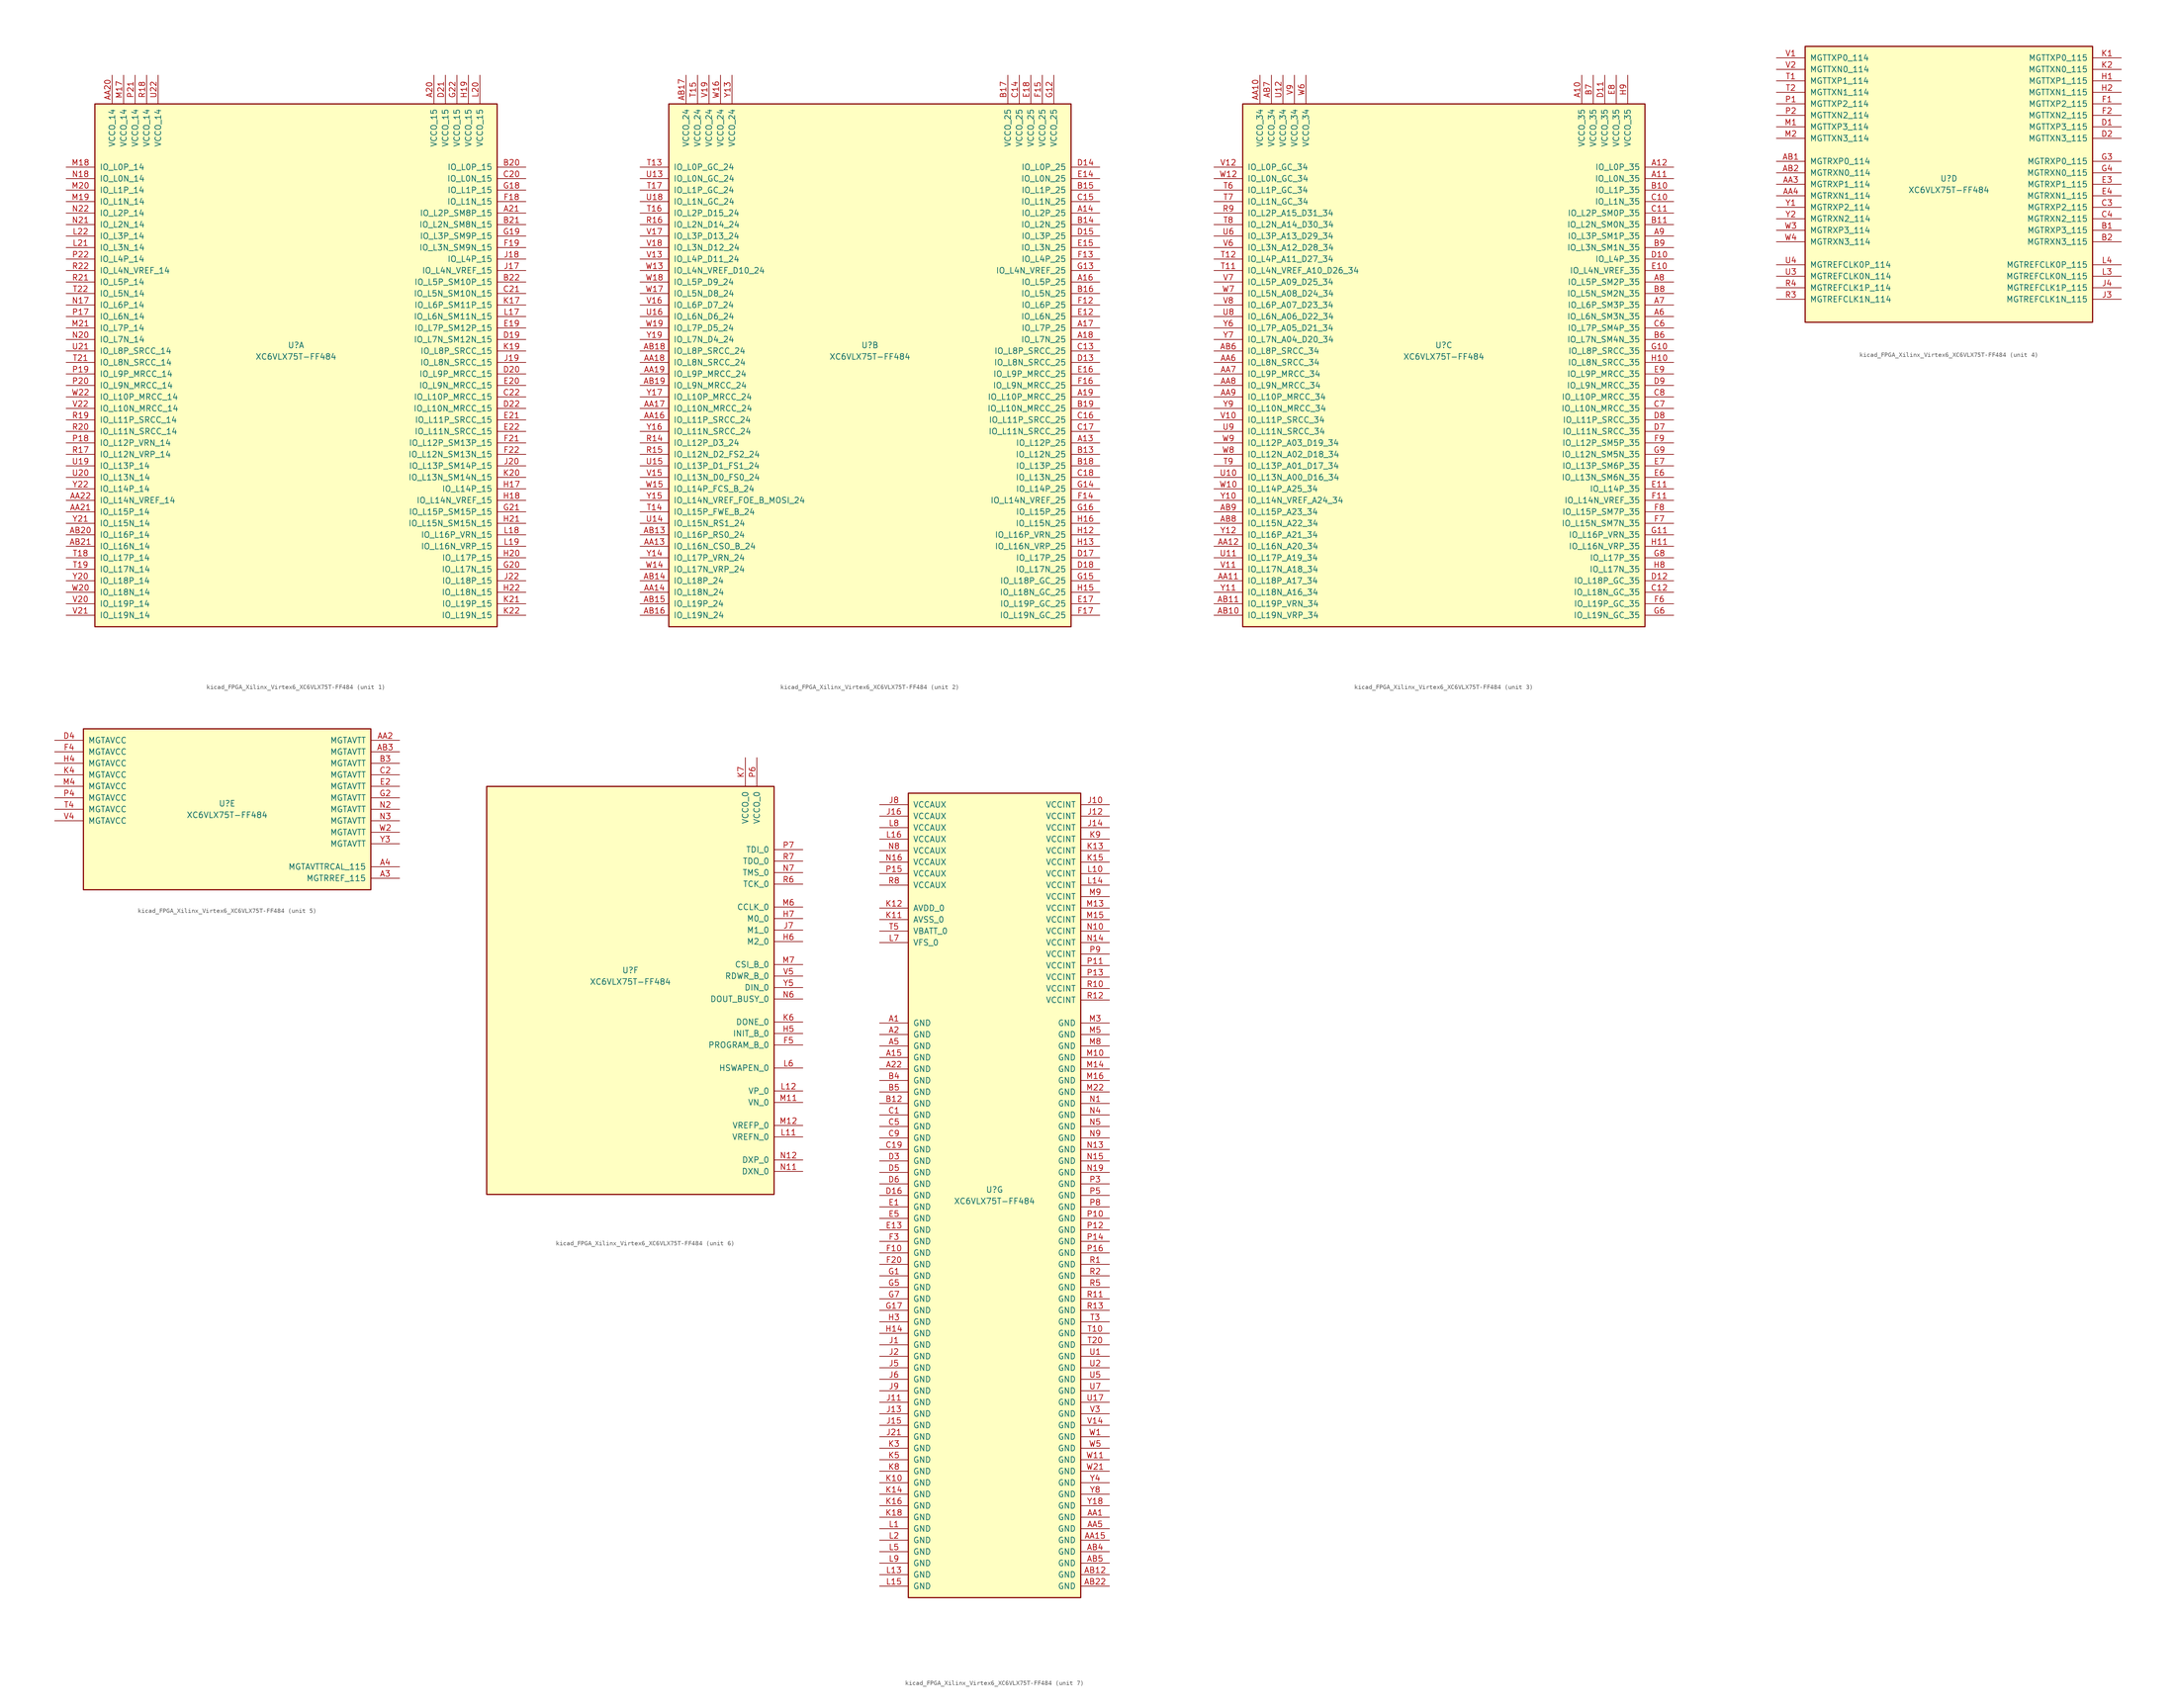
<source format=kicad_sym>
(kicad_symbol_lib
  (version 20220914)
  (generator kicad_symbol_editor)
  (symbol "kicad_FPGA_Xilinx_Virtex6_XC6VLX75T-FF484"
    (pin_names
      (offset 1.016))
    (property "Reference" "U"
      (at 0 1.27 0)
      (effects (font (size 1.27 1.27))))
    (property "Value" "XC6VLX75T-FF484"
      (at 0 -1.27 0)
      (effects (font (size 1.27 1.27))))
    (property "Datasheet" ""
      (at 0 0 0)
      (effects (font (size 1.27 1.27))))
    (property "ki_locked" ""
      (at 0 0 0)
      (effects (font (size 1.27 1.27))))
    (symbol "kicad_FPGA_Xilinx_Virtex6_XC6VLX75T-FF484_1_1"
      (rectangle (start -44.45 54.61) (end 44.45 -60.96) (stroke (width 0.254) (type default)) (fill (type background)))
      (pin power_in line (at 30.48 60.96 270) (length 6.35) (name "VCCO_15" (effects (font (size 1.27 1.27)))) (number "A20" (effects (font (size 1.27 1.27)))))
      (pin bidirectional line (at 50.8 30.48 180) (length 6.35) (name "IO_L2P_SM8P_15" (effects (font (size 1.27 1.27)))) (number "A21" (effects (font (size 1.27 1.27)))))
      (pin power_in line (at -40.64 60.96 270) (length 6.35) (name "VCCO_14" (effects (font (size 1.27 1.27)))) (number "AA20" (effects (font (size 1.27 1.27)))))
      (pin bidirectional line (at -50.8 -35.56 0) (length 6.35) (name "IO_L15P_14" (effects (font (size 1.27 1.27)))) (number "AA21" (effects (font (size 1.27 1.27)))))
      (pin bidirectional line (at -50.8 -33.02 0) (length 6.35) (name "IO_L14N_VREF_14" (effects (font (size 1.27 1.27)))) (number "AA22" (effects (font (size 1.27 1.27)))))
      (pin bidirectional line (at -50.8 -40.64 0) (length 6.35) (name "IO_L16P_14" (effects (font (size 1.27 1.27)))) (number "AB20" (effects (font (size 1.27 1.27)))))
      (pin bidirectional line (at -50.8 -43.18 0) (length 6.35) (name "IO_L16N_14" (effects (font (size 1.27 1.27)))) (number "AB21" (effects (font (size 1.27 1.27)))))
      (pin bidirectional line (at 50.8 40.64 180) (length 6.35) (name "IO_L0P_15" (effects (font (size 1.27 1.27)))) (number "B20" (effects (font (size 1.27 1.27)))))
      (pin bidirectional line (at 50.8 27.94 180) (length 6.35) (name "IO_L2N_SM8N_15" (effects (font (size 1.27 1.27)))) (number "B21" (effects (font (size 1.27 1.27)))))
      (pin bidirectional line (at 50.8 15.24 180) (length 6.35) (name "IO_L5P_SM10P_15" (effects (font (size 1.27 1.27)))) (number "B22" (effects (font (size 1.27 1.27)))))
      (pin bidirectional line (at 50.8 38.1 180) (length 6.35) (name "IO_L0N_15" (effects (font (size 1.27 1.27)))) (number "C20" (effects (font (size 1.27 1.27)))))
      (pin bidirectional line (at 50.8 12.7 180) (length 6.35) (name "IO_L5N_SM10N_15" (effects (font (size 1.27 1.27)))) (number "C21" (effects (font (size 1.27 1.27)))))
      (pin bidirectional line (at 50.8 -10.16 180) (length 6.35) (name "IO_L10P_MRCC_15" (effects (font (size 1.27 1.27)))) (number "C22" (effects (font (size 1.27 1.27)))))
      (pin bidirectional line (at 50.8 2.54 180) (length 6.35) (name "IO_L7N_SM12N_15" (effects (font (size 1.27 1.27)))) (number "D19" (effects (font (size 1.27 1.27)))))
      (pin bidirectional line (at 50.8 -5.08 180) (length 6.35) (name "IO_L9P_MRCC_15" (effects (font (size 1.27 1.27)))) (number "D20" (effects (font (size 1.27 1.27)))))
      (pin power_in line (at 33.02 60.96 270) (length 6.35) (name "VCCO_15" (effects (font (size 1.27 1.27)))) (number "D21" (effects (font (size 1.27 1.27)))))
      (pin bidirectional line (at 50.8 -12.7 180) (length 6.35) (name "IO_L10N_MRCC_15" (effects (font (size 1.27 1.27)))) (number "D22" (effects (font (size 1.27 1.27)))))
      (pin bidirectional line (at 50.8 5.08 180) (length 6.35) (name "IO_L7P_SM12P_15" (effects (font (size 1.27 1.27)))) (number "E19" (effects (font (size 1.27 1.27)))))
      (pin bidirectional line (at 50.8 -7.62 180) (length 6.35) (name "IO_L9N_MRCC_15" (effects (font (size 1.27 1.27)))) (number "E20" (effects (font (size 1.27 1.27)))))
      (pin bidirectional line (at 50.8 -15.24 180) (length 6.35) (name "IO_L11P_SRCC_15" (effects (font (size 1.27 1.27)))) (number "E21" (effects (font (size 1.27 1.27)))))
      (pin bidirectional line (at 50.8 -17.78 180) (length 6.35) (name "IO_L11N_SRCC_15" (effects (font (size 1.27 1.27)))) (number "E22" (effects (font (size 1.27 1.27)))))
      (pin bidirectional line (at 50.8 33.02 180) (length 6.35) (name "IO_L1N_15" (effects (font (size 1.27 1.27)))) (number "F18" (effects (font (size 1.27 1.27)))))
      (pin bidirectional line (at 50.8 22.86 180) (length 6.35) (name "IO_L3N_SM9N_15" (effects (font (size 1.27 1.27)))) (number "F19" (effects (font (size 1.27 1.27)))))
      (pin bidirectional line (at 50.8 -20.32 180) (length 6.35) (name "IO_L12P_SM13P_15" (effects (font (size 1.27 1.27)))) (number "F21" (effects (font (size 1.27 1.27)))))
      (pin bidirectional line (at 50.8 -22.86 180) (length 6.35) (name "IO_L12N_SM13N_15" (effects (font (size 1.27 1.27)))) (number "F22" (effects (font (size 1.27 1.27)))))
      (pin bidirectional line (at 50.8 35.56 180) (length 6.35) (name "IO_L1P_15" (effects (font (size 1.27 1.27)))) (number "G18" (effects (font (size 1.27 1.27)))))
      (pin bidirectional line (at 50.8 25.4 180) (length 6.35) (name "IO_L3P_SM9P_15" (effects (font (size 1.27 1.27)))) (number "G19" (effects (font (size 1.27 1.27)))))
      (pin bidirectional line (at 50.8 -48.26 180) (length 6.35) (name "IO_L17N_15" (effects (font (size 1.27 1.27)))) (number "G20" (effects (font (size 1.27 1.27)))))
      (pin bidirectional line (at 50.8 -35.56 180) (length 6.35) (name "IO_L15P_SM15P_15" (effects (font (size 1.27 1.27)))) (number "G21" (effects (font (size 1.27 1.27)))))
      (pin power_in line (at 35.56 60.96 270) (length 6.35) (name "VCCO_15" (effects (font (size 1.27 1.27)))) (number "G22" (effects (font (size 1.27 1.27)))))
      (pin bidirectional line (at 50.8 -30.48 180) (length 6.35) (name "IO_L14P_15" (effects (font (size 1.27 1.27)))) (number "H17" (effects (font (size 1.27 1.27)))))
      (pin bidirectional line (at 50.8 -33.02 180) (length 6.35) (name "IO_L14N_VREF_15" (effects (font (size 1.27 1.27)))) (number "H18" (effects (font (size 1.27 1.27)))))
      (pin power_in line (at 38.1 60.96 270) (length 6.35) (name "VCCO_15" (effects (font (size 1.27 1.27)))) (number "H19" (effects (font (size 1.27 1.27)))))
      (pin bidirectional line (at 50.8 -45.72 180) (length 6.35) (name "IO_L17P_15" (effects (font (size 1.27 1.27)))) (number "H20" (effects (font (size 1.27 1.27)))))
      (pin bidirectional line (at 50.8 -38.1 180) (length 6.35) (name "IO_L15N_SM15N_15" (effects (font (size 1.27 1.27)))) (number "H21" (effects (font (size 1.27 1.27)))))
      (pin bidirectional line (at 50.8 -53.34 180) (length 6.35) (name "IO_L18N_15" (effects (font (size 1.27 1.27)))) (number "H22" (effects (font (size 1.27 1.27)))))
      (pin bidirectional line (at 50.8 17.78 180) (length 6.35) (name "IO_L4N_VREF_15" (effects (font (size 1.27 1.27)))) (number "J17" (effects (font (size 1.27 1.27)))))
      (pin bidirectional line (at 50.8 20.32 180) (length 6.35) (name "IO_L4P_15" (effects (font (size 1.27 1.27)))) (number "J18" (effects (font (size 1.27 1.27)))))
      (pin bidirectional line (at 50.8 -2.54 180) (length 6.35) (name "IO_L8N_SRCC_15" (effects (font (size 1.27 1.27)))) (number "J19" (effects (font (size 1.27 1.27)))))
      (pin bidirectional line (at 50.8 -25.4 180) (length 6.35) (name "IO_L13P_SM14P_15" (effects (font (size 1.27 1.27)))) (number "J20" (effects (font (size 1.27 1.27)))))
      (pin bidirectional line (at 50.8 -50.8 180) (length 6.35) (name "IO_L18P_15" (effects (font (size 1.27 1.27)))) (number "J22" (effects (font (size 1.27 1.27)))))
      (pin bidirectional line (at 50.8 10.16 180) (length 6.35) (name "IO_L6P_SM11P_15" (effects (font (size 1.27 1.27)))) (number "K17" (effects (font (size 1.27 1.27)))))
      (pin bidirectional line (at 50.8 0 180) (length 6.35) (name "IO_L8P_SRCC_15" (effects (font (size 1.27 1.27)))) (number "K19" (effects (font (size 1.27 1.27)))))
      (pin bidirectional line (at 50.8 -27.94 180) (length 6.35) (name "IO_L13N_SM14N_15" (effects (font (size 1.27 1.27)))) (number "K20" (effects (font (size 1.27 1.27)))))
      (pin bidirectional line (at 50.8 -55.88 180) (length 6.35) (name "IO_L19P_15" (effects (font (size 1.27 1.27)))) (number "K21" (effects (font (size 1.27 1.27)))))
      (pin bidirectional line (at 50.8 -58.42 180) (length 6.35) (name "IO_L19N_15" (effects (font (size 1.27 1.27)))) (number "K22" (effects (font (size 1.27 1.27)))))
      (pin bidirectional line (at 50.8 7.62 180) (length 6.35) (name "IO_L6N_SM11N_15" (effects (font (size 1.27 1.27)))) (number "L17" (effects (font (size 1.27 1.27)))))
      (pin bidirectional line (at 50.8 -40.64 180) (length 6.35) (name "IO_L16P_VRN_15" (effects (font (size 1.27 1.27)))) (number "L18" (effects (font (size 1.27 1.27)))))
      (pin bidirectional line (at 50.8 -43.18 180) (length 6.35) (name "IO_L16N_VRP_15" (effects (font (size 1.27 1.27)))) (number "L19" (effects (font (size 1.27 1.27)))))
      (pin power_in line (at 40.64 60.96 270) (length 6.35) (name "VCCO_15" (effects (font (size 1.27 1.27)))) (number "L20" (effects (font (size 1.27 1.27)))))
      (pin bidirectional line (at -50.8 22.86 0) (length 6.35) (name "IO_L3N_14" (effects (font (size 1.27 1.27)))) (number "L21" (effects (font (size 1.27 1.27)))))
      (pin bidirectional line (at -50.8 25.4 0) (length 6.35) (name "IO_L3P_14" (effects (font (size 1.27 1.27)))) (number "L22" (effects (font (size 1.27 1.27)))))
      (pin power_in line (at -38.1 60.96 270) (length 6.35) (name "VCCO_14" (effects (font (size 1.27 1.27)))) (number "M17" (effects (font (size 1.27 1.27)))))
      (pin bidirectional line (at -50.8 40.64 0) (length 6.35) (name "IO_L0P_14" (effects (font (size 1.27 1.27)))) (number "M18" (effects (font (size 1.27 1.27)))))
      (pin bidirectional line (at -50.8 33.02 0) (length 6.35) (name "IO_L1N_14" (effects (font (size 1.27 1.27)))) (number "M19" (effects (font (size 1.27 1.27)))))
      (pin bidirectional line (at -50.8 35.56 0) (length 6.35) (name "IO_L1P_14" (effects (font (size 1.27 1.27)))) (number "M20" (effects (font (size 1.27 1.27)))))
      (pin bidirectional line (at -50.8 5.08 0) (length 6.35) (name "IO_L7P_14" (effects (font (size 1.27 1.27)))) (number "M21" (effects (font (size 1.27 1.27)))))
      (pin bidirectional line (at -50.8 10.16 0) (length 6.35) (name "IO_L6P_14" (effects (font (size 1.27 1.27)))) (number "N17" (effects (font (size 1.27 1.27)))))
      (pin bidirectional line (at -50.8 38.1 0) (length 6.35) (name "IO_L0N_14" (effects (font (size 1.27 1.27)))) (number "N18" (effects (font (size 1.27 1.27)))))
      (pin bidirectional line (at -50.8 2.54 0) (length 6.35) (name "IO_L7N_14" (effects (font (size 1.27 1.27)))) (number "N20" (effects (font (size 1.27 1.27)))))
      (pin bidirectional line (at -50.8 27.94 0) (length 6.35) (name "IO_L2N_14" (effects (font (size 1.27 1.27)))) (number "N21" (effects (font (size 1.27 1.27)))))
      (pin bidirectional line (at -50.8 30.48 0) (length 6.35) (name "IO_L2P_14" (effects (font (size 1.27 1.27)))) (number "N22" (effects (font (size 1.27 1.27)))))
      (pin bidirectional line (at -50.8 7.62 0) (length 6.35) (name "IO_L6N_14" (effects (font (size 1.27 1.27)))) (number "P17" (effects (font (size 1.27 1.27)))))
      (pin bidirectional line (at -50.8 -20.32 0) (length 6.35) (name "IO_L12P_VRN_14" (effects (font (size 1.27 1.27)))) (number "P18" (effects (font (size 1.27 1.27)))))
      (pin bidirectional line (at -50.8 -5.08 0) (length 6.35) (name "IO_L9P_MRCC_14" (effects (font (size 1.27 1.27)))) (number "P19" (effects (font (size 1.27 1.27)))))
      (pin bidirectional line (at -50.8 -7.62 0) (length 6.35) (name "IO_L9N_MRCC_14" (effects (font (size 1.27 1.27)))) (number "P20" (effects (font (size 1.27 1.27)))))
      (pin power_in line (at -35.56 60.96 270) (length 6.35) (name "VCCO_14" (effects (font (size 1.27 1.27)))) (number "P21" (effects (font (size 1.27 1.27)))))
      (pin bidirectional line (at -50.8 20.32 0) (length 6.35) (name "IO_L4P_14" (effects (font (size 1.27 1.27)))) (number "P22" (effects (font (size 1.27 1.27)))))
      (pin bidirectional line (at -50.8 -22.86 0) (length 6.35) (name "IO_L12N_VRP_14" (effects (font (size 1.27 1.27)))) (number "R17" (effects (font (size 1.27 1.27)))))
      (pin power_in line (at -33.02 60.96 270) (length 6.35) (name "VCCO_14" (effects (font (size 1.27 1.27)))) (number "R18" (effects (font (size 1.27 1.27)))))
      (pin bidirectional line (at -50.8 -15.24 0) (length 6.35) (name "IO_L11P_SRCC_14" (effects (font (size 1.27 1.27)))) (number "R19" (effects (font (size 1.27 1.27)))))
      (pin bidirectional line (at -50.8 -17.78 0) (length 6.35) (name "IO_L11N_SRCC_14" (effects (font (size 1.27 1.27)))) (number "R20" (effects (font (size 1.27 1.27)))))
      (pin bidirectional line (at -50.8 15.24 0) (length 6.35) (name "IO_L5P_14" (effects (font (size 1.27 1.27)))) (number "R21" (effects (font (size 1.27 1.27)))))
      (pin bidirectional line (at -50.8 17.78 0) (length 6.35) (name "IO_L4N_VREF_14" (effects (font (size 1.27 1.27)))) (number "R22" (effects (font (size 1.27 1.27)))))
      (pin bidirectional line (at -50.8 -45.72 0) (length 6.35) (name "IO_L17P_14" (effects (font (size 1.27 1.27)))) (number "T18" (effects (font (size 1.27 1.27)))))
      (pin bidirectional line (at -50.8 -48.26 0) (length 6.35) (name "IO_L17N_14" (effects (font (size 1.27 1.27)))) (number "T19" (effects (font (size 1.27 1.27)))))
      (pin bidirectional line (at -50.8 -2.54 0) (length 6.35) (name "IO_L8N_SRCC_14" (effects (font (size 1.27 1.27)))) (number "T21" (effects (font (size 1.27 1.27)))))
      (pin bidirectional line (at -50.8 12.7 0) (length 6.35) (name "IO_L5N_14" (effects (font (size 1.27 1.27)))) (number "T22" (effects (font (size 1.27 1.27)))))
      (pin bidirectional line (at -50.8 -25.4 0) (length 6.35) (name "IO_L13P_14" (effects (font (size 1.27 1.27)))) (number "U19" (effects (font (size 1.27 1.27)))))
      (pin bidirectional line (at -50.8 -27.94 0) (length 6.35) (name "IO_L13N_14" (effects (font (size 1.27 1.27)))) (number "U20" (effects (font (size 1.27 1.27)))))
      (pin bidirectional line (at -50.8 0 0) (length 6.35) (name "IO_L8P_SRCC_14" (effects (font (size 1.27 1.27)))) (number "U21" (effects (font (size 1.27 1.27)))))
      (pin power_in line (at -30.48 60.96 270) (length 6.35) (name "VCCO_14" (effects (font (size 1.27 1.27)))) (number "U22" (effects (font (size 1.27 1.27)))))
      (pin bidirectional line (at -50.8 -55.88 0) (length 6.35) (name "IO_L19P_14" (effects (font (size 1.27 1.27)))) (number "V20" (effects (font (size 1.27 1.27)))))
      (pin bidirectional line (at -50.8 -58.42 0) (length 6.35) (name "IO_L19N_14" (effects (font (size 1.27 1.27)))) (number "V21" (effects (font (size 1.27 1.27)))))
      (pin bidirectional line (at -50.8 -12.7 0) (length 6.35) (name "IO_L10N_MRCC_14" (effects (font (size 1.27 1.27)))) (number "V22" (effects (font (size 1.27 1.27)))))
      (pin bidirectional line (at -50.8 -53.34 0) (length 6.35) (name "IO_L18N_14" (effects (font (size 1.27 1.27)))) (number "W20" (effects (font (size 1.27 1.27)))))
      (pin bidirectional line (at -50.8 -10.16 0) (length 6.35) (name "IO_L10P_MRCC_14" (effects (font (size 1.27 1.27)))) (number "W22" (effects (font (size 1.27 1.27)))))
      (pin bidirectional line (at -50.8 -50.8 0) (length 6.35) (name "IO_L18P_14" (effects (font (size 1.27 1.27)))) (number "Y20" (effects (font (size 1.27 1.27)))))
      (pin bidirectional line (at -50.8 -38.1 0) (length 6.35) (name "IO_L15N_14" (effects (font (size 1.27 1.27)))) (number "Y21" (effects (font (size 1.27 1.27)))))
      (pin bidirectional line (at -50.8 -30.48 0) (length 6.35) (name "IO_L14P_14" (effects (font (size 1.27 1.27)))) (number "Y22" (effects (font (size 1.27 1.27))))))
    (symbol "kicad_FPGA_Xilinx_Virtex6_XC6VLX75T-FF484_2_1"
      (rectangle (start -44.45 54.61) (end 44.45 -60.96) (stroke (width 0.254) (type default)) (fill (type background)))
      (pin bidirectional line (at 50.8 -20.32 180) (length 6.35) (name "IO_L12P_25" (effects (font (size 1.27 1.27)))) (number "A13" (effects (font (size 1.27 1.27)))))
      (pin bidirectional line (at 50.8 30.48 180) (length 6.35) (name "IO_L2P_25" (effects (font (size 1.27 1.27)))) (number "A14" (effects (font (size 1.27 1.27)))))
      (pin bidirectional line (at 50.8 15.24 180) (length 6.35) (name "IO_L5P_25" (effects (font (size 1.27 1.27)))) (number "A16" (effects (font (size 1.27 1.27)))))
      (pin bidirectional line (at 50.8 5.08 180) (length 6.35) (name "IO_L7P_25" (effects (font (size 1.27 1.27)))) (number "A17" (effects (font (size 1.27 1.27)))))
      (pin bidirectional line (at 50.8 2.54 180) (length 6.35) (name "IO_L7N_25" (effects (font (size 1.27 1.27)))) (number "A18" (effects (font (size 1.27 1.27)))))
      (pin bidirectional line (at 50.8 -10.16 180) (length 6.35) (name "IO_L10P_MRCC_25" (effects (font (size 1.27 1.27)))) (number "A19" (effects (font (size 1.27 1.27)))))
      (pin bidirectional line (at -50.8 -43.18 0) (length 6.35) (name "IO_L16N_CSO_B_24" (effects (font (size 1.27 1.27)))) (number "AA13" (effects (font (size 1.27 1.27)))))
      (pin bidirectional line (at -50.8 -53.34 0) (length 6.35) (name "IO_L18N_24" (effects (font (size 1.27 1.27)))) (number "AA14" (effects (font (size 1.27 1.27)))))
      (pin bidirectional line (at -50.8 -15.24 0) (length 6.35) (name "IO_L11P_SRCC_24" (effects (font (size 1.27 1.27)))) (number "AA16" (effects (font (size 1.27 1.27)))))
      (pin bidirectional line (at -50.8 -12.7 0) (length 6.35) (name "IO_L10N_MRCC_24" (effects (font (size 1.27 1.27)))) (number "AA17" (effects (font (size 1.27 1.27)))))
      (pin bidirectional line (at -50.8 -2.54 0) (length 6.35) (name "IO_L8N_SRCC_24" (effects (font (size 1.27 1.27)))) (number "AA18" (effects (font (size 1.27 1.27)))))
      (pin bidirectional line (at -50.8 -5.08 0) (length 6.35) (name "IO_L9P_MRCC_24" (effects (font (size 1.27 1.27)))) (number "AA19" (effects (font (size 1.27 1.27)))))
      (pin bidirectional line (at -50.8 -40.64 0) (length 6.35) (name "IO_L16P_RS0_24" (effects (font (size 1.27 1.27)))) (number "AB13" (effects (font (size 1.27 1.27)))))
      (pin bidirectional line (at -50.8 -50.8 0) (length 6.35) (name "IO_L18P_24" (effects (font (size 1.27 1.27)))) (number "AB14" (effects (font (size 1.27 1.27)))))
      (pin bidirectional line (at -50.8 -55.88 0) (length 6.35) (name "IO_L19P_24" (effects (font (size 1.27 1.27)))) (number "AB15" (effects (font (size 1.27 1.27)))))
      (pin bidirectional line (at -50.8 -58.42 0) (length 6.35) (name "IO_L19N_24" (effects (font (size 1.27 1.27)))) (number "AB16" (effects (font (size 1.27 1.27)))))
      (pin power_in line (at -40.64 60.96 270) (length 6.35) (name "VCCO_24" (effects (font (size 1.27 1.27)))) (number "AB17" (effects (font (size 1.27 1.27)))))
      (pin bidirectional line (at -50.8 0 0) (length 6.35) (name "IO_L8P_SRCC_24" (effects (font (size 1.27 1.27)))) (number "AB18" (effects (font (size 1.27 1.27)))))
      (pin bidirectional line (at -50.8 -7.62 0) (length 6.35) (name "IO_L9N_MRCC_24" (effects (font (size 1.27 1.27)))) (number "AB19" (effects (font (size 1.27 1.27)))))
      (pin bidirectional line (at 50.8 -22.86 180) (length 6.35) (name "IO_L12N_25" (effects (font (size 1.27 1.27)))) (number "B13" (effects (font (size 1.27 1.27)))))
      (pin bidirectional line (at 50.8 27.94 180) (length 6.35) (name "IO_L2N_25" (effects (font (size 1.27 1.27)))) (number "B14" (effects (font (size 1.27 1.27)))))
      (pin bidirectional line (at 50.8 35.56 180) (length 6.35) (name "IO_L1P_25" (effects (font (size 1.27 1.27)))) (number "B15" (effects (font (size 1.27 1.27)))))
      (pin bidirectional line (at 50.8 12.7 180) (length 6.35) (name "IO_L5N_25" (effects (font (size 1.27 1.27)))) (number "B16" (effects (font (size 1.27 1.27)))))
      (pin power_in line (at 30.48 60.96 270) (length 6.35) (name "VCCO_25" (effects (font (size 1.27 1.27)))) (number "B17" (effects (font (size 1.27 1.27)))))
      (pin bidirectional line (at 50.8 -25.4 180) (length 6.35) (name "IO_L13P_25" (effects (font (size 1.27 1.27)))) (number "B18" (effects (font (size 1.27 1.27)))))
      (pin bidirectional line (at 50.8 -12.7 180) (length 6.35) (name "IO_L10N_MRCC_25" (effects (font (size 1.27 1.27)))) (number "B19" (effects (font (size 1.27 1.27)))))
      (pin bidirectional line (at 50.8 0 180) (length 6.35) (name "IO_L8P_SRCC_25" (effects (font (size 1.27 1.27)))) (number "C13" (effects (font (size 1.27 1.27)))))
      (pin power_in line (at 33.02 60.96 270) (length 6.35) (name "VCCO_25" (effects (font (size 1.27 1.27)))) (number "C14" (effects (font (size 1.27 1.27)))))
      (pin bidirectional line (at 50.8 33.02 180) (length 6.35) (name "IO_L1N_25" (effects (font (size 1.27 1.27)))) (number "C15" (effects (font (size 1.27 1.27)))))
      (pin bidirectional line (at 50.8 -15.24 180) (length 6.35) (name "IO_L11P_SRCC_25" (effects (font (size 1.27 1.27)))) (number "C16" (effects (font (size 1.27 1.27)))))
      (pin bidirectional line (at 50.8 -17.78 180) (length 6.35) (name "IO_L11N_SRCC_25" (effects (font (size 1.27 1.27)))) (number "C17" (effects (font (size 1.27 1.27)))))
      (pin bidirectional line (at 50.8 -27.94 180) (length 6.35) (name "IO_L13N_25" (effects (font (size 1.27 1.27)))) (number "C18" (effects (font (size 1.27 1.27)))))
      (pin bidirectional line (at 50.8 -2.54 180) (length 6.35) (name "IO_L8N_SRCC_25" (effects (font (size 1.27 1.27)))) (number "D13" (effects (font (size 1.27 1.27)))))
      (pin bidirectional line (at 50.8 40.64 180) (length 6.35) (name "IO_L0P_25" (effects (font (size 1.27 1.27)))) (number "D14" (effects (font (size 1.27 1.27)))))
      (pin bidirectional line (at 50.8 25.4 180) (length 6.35) (name "IO_L3P_25" (effects (font (size 1.27 1.27)))) (number "D15" (effects (font (size 1.27 1.27)))))
      (pin bidirectional line (at 50.8 -45.72 180) (length 6.35) (name "IO_L17P_25" (effects (font (size 1.27 1.27)))) (number "D17" (effects (font (size 1.27 1.27)))))
      (pin bidirectional line (at 50.8 -48.26 180) (length 6.35) (name "IO_L17N_25" (effects (font (size 1.27 1.27)))) (number "D18" (effects (font (size 1.27 1.27)))))
      (pin bidirectional line (at 50.8 7.62 180) (length 6.35) (name "IO_L6N_25" (effects (font (size 1.27 1.27)))) (number "E12" (effects (font (size 1.27 1.27)))))
      (pin bidirectional line (at 50.8 38.1 180) (length 6.35) (name "IO_L0N_25" (effects (font (size 1.27 1.27)))) (number "E14" (effects (font (size 1.27 1.27)))))
      (pin bidirectional line (at 50.8 22.86 180) (length 6.35) (name "IO_L3N_25" (effects (font (size 1.27 1.27)))) (number "E15" (effects (font (size 1.27 1.27)))))
      (pin bidirectional line (at 50.8 -5.08 180) (length 6.35) (name "IO_L9P_MRCC_25" (effects (font (size 1.27 1.27)))) (number "E16" (effects (font (size 1.27 1.27)))))
      (pin bidirectional line (at 50.8 -55.88 180) (length 6.35) (name "IO_L19P_GC_25" (effects (font (size 1.27 1.27)))) (number "E17" (effects (font (size 1.27 1.27)))))
      (pin power_in line (at 35.56 60.96 270) (length 6.35) (name "VCCO_25" (effects (font (size 1.27 1.27)))) (number "E18" (effects (font (size 1.27 1.27)))))
      (pin bidirectional line (at 50.8 10.16 180) (length 6.35) (name "IO_L6P_25" (effects (font (size 1.27 1.27)))) (number "F12" (effects (font (size 1.27 1.27)))))
      (pin bidirectional line (at 50.8 20.32 180) (length 6.35) (name "IO_L4P_25" (effects (font (size 1.27 1.27)))) (number "F13" (effects (font (size 1.27 1.27)))))
      (pin bidirectional line (at 50.8 -33.02 180) (length 6.35) (name "IO_L14N_VREF_25" (effects (font (size 1.27 1.27)))) (number "F14" (effects (font (size 1.27 1.27)))))
      (pin power_in line (at 38.1 60.96 270) (length 6.35) (name "VCCO_25" (effects (font (size 1.27 1.27)))) (number "F15" (effects (font (size 1.27 1.27)))))
      (pin bidirectional line (at 50.8 -7.62 180) (length 6.35) (name "IO_L9N_MRCC_25" (effects (font (size 1.27 1.27)))) (number "F16" (effects (font (size 1.27 1.27)))))
      (pin bidirectional line (at 50.8 -58.42 180) (length 6.35) (name "IO_L19N_GC_25" (effects (font (size 1.27 1.27)))) (number "F17" (effects (font (size 1.27 1.27)))))
      (pin power_in line (at 40.64 60.96 270) (length 6.35) (name "VCCO_25" (effects (font (size 1.27 1.27)))) (number "G12" (effects (font (size 1.27 1.27)))))
      (pin bidirectional line (at 50.8 17.78 180) (length 6.35) (name "IO_L4N_VREF_25" (effects (font (size 1.27 1.27)))) (number "G13" (effects (font (size 1.27 1.27)))))
      (pin bidirectional line (at 50.8 -30.48 180) (length 6.35) (name "IO_L14P_25" (effects (font (size 1.27 1.27)))) (number "G14" (effects (font (size 1.27 1.27)))))
      (pin bidirectional line (at 50.8 -50.8 180) (length 6.35) (name "IO_L18P_GC_25" (effects (font (size 1.27 1.27)))) (number "G15" (effects (font (size 1.27 1.27)))))
      (pin bidirectional line (at 50.8 -35.56 180) (length 6.35) (name "IO_L15P_25" (effects (font (size 1.27 1.27)))) (number "G16" (effects (font (size 1.27 1.27)))))
      (pin bidirectional line (at 50.8 -40.64 180) (length 6.35) (name "IO_L16P_VRN_25" (effects (font (size 1.27 1.27)))) (number "H12" (effects (font (size 1.27 1.27)))))
      (pin bidirectional line (at 50.8 -43.18 180) (length 6.35) (name "IO_L16N_VRP_25" (effects (font (size 1.27 1.27)))) (number "H13" (effects (font (size 1.27 1.27)))))
      (pin bidirectional line (at 50.8 -53.34 180) (length 6.35) (name "IO_L18N_GC_25" (effects (font (size 1.27 1.27)))) (number "H15" (effects (font (size 1.27 1.27)))))
      (pin bidirectional line (at 50.8 -38.1 180) (length 6.35) (name "IO_L15N_25" (effects (font (size 1.27 1.27)))) (number "H16" (effects (font (size 1.27 1.27)))))
      (pin bidirectional line (at -50.8 -20.32 0) (length 6.35) (name "IO_L12P_D3_24" (effects (font (size 1.27 1.27)))) (number "R14" (effects (font (size 1.27 1.27)))))
      (pin bidirectional line (at -50.8 -22.86 0) (length 6.35) (name "IO_L12N_D2_FS2_24" (effects (font (size 1.27 1.27)))) (number "R15" (effects (font (size 1.27 1.27)))))
      (pin bidirectional line (at -50.8 27.94 0) (length 6.35) (name "IO_L2N_D14_24" (effects (font (size 1.27 1.27)))) (number "R16" (effects (font (size 1.27 1.27)))))
      (pin bidirectional line (at -50.8 40.64 0) (length 6.35) (name "IO_L0P_GC_24" (effects (font (size 1.27 1.27)))) (number "T13" (effects (font (size 1.27 1.27)))))
      (pin bidirectional line (at -50.8 -35.56 0) (length 6.35) (name "IO_L15P_FWE_B_24" (effects (font (size 1.27 1.27)))) (number "T14" (effects (font (size 1.27 1.27)))))
      (pin power_in line (at -38.1 60.96 270) (length 6.35) (name "VCCO_24" (effects (font (size 1.27 1.27)))) (number "T15" (effects (font (size 1.27 1.27)))))
      (pin bidirectional line (at -50.8 30.48 0) (length 6.35) (name "IO_L2P_D15_24" (effects (font (size 1.27 1.27)))) (number "T16" (effects (font (size 1.27 1.27)))))
      (pin bidirectional line (at -50.8 35.56 0) (length 6.35) (name "IO_L1P_GC_24" (effects (font (size 1.27 1.27)))) (number "T17" (effects (font (size 1.27 1.27)))))
      (pin bidirectional line (at -50.8 38.1 0) (length 6.35) (name "IO_L0N_GC_24" (effects (font (size 1.27 1.27)))) (number "U13" (effects (font (size 1.27 1.27)))))
      (pin bidirectional line (at -50.8 -38.1 0) (length 6.35) (name "IO_L15N_RS1_24" (effects (font (size 1.27 1.27)))) (number "U14" (effects (font (size 1.27 1.27)))))
      (pin bidirectional line (at -50.8 -25.4 0) (length 6.35) (name "IO_L13P_D1_FS1_24" (effects (font (size 1.27 1.27)))) (number "U15" (effects (font (size 1.27 1.27)))))
      (pin bidirectional line (at -50.8 7.62 0) (length 6.35) (name "IO_L6N_D6_24" (effects (font (size 1.27 1.27)))) (number "U16" (effects (font (size 1.27 1.27)))))
      (pin bidirectional line (at -50.8 33.02 0) (length 6.35) (name "IO_L1N_GC_24" (effects (font (size 1.27 1.27)))) (number "U18" (effects (font (size 1.27 1.27)))))
      (pin bidirectional line (at -50.8 20.32 0) (length 6.35) (name "IO_L4P_D11_24" (effects (font (size 1.27 1.27)))) (number "V13" (effects (font (size 1.27 1.27)))))
      (pin bidirectional line (at -50.8 -27.94 0) (length 6.35) (name "IO_L13N_D0_FS0_24" (effects (font (size 1.27 1.27)))) (number "V15" (effects (font (size 1.27 1.27)))))
      (pin bidirectional line (at -50.8 10.16 0) (length 6.35) (name "IO_L6P_D7_24" (effects (font (size 1.27 1.27)))) (number "V16" (effects (font (size 1.27 1.27)))))
      (pin bidirectional line (at -50.8 25.4 0) (length 6.35) (name "IO_L3P_D13_24" (effects (font (size 1.27 1.27)))) (number "V17" (effects (font (size 1.27 1.27)))))
      (pin bidirectional line (at -50.8 22.86 0) (length 6.35) (name "IO_L3N_D12_24" (effects (font (size 1.27 1.27)))) (number "V18" (effects (font (size 1.27 1.27)))))
      (pin power_in line (at -35.56 60.96 270) (length 6.35) (name "VCCO_24" (effects (font (size 1.27 1.27)))) (number "V19" (effects (font (size 1.27 1.27)))))
      (pin bidirectional line (at -50.8 17.78 0) (length 6.35) (name "IO_L4N_VREF_D10_24" (effects (font (size 1.27 1.27)))) (number "W13" (effects (font (size 1.27 1.27)))))
      (pin bidirectional line (at -50.8 -48.26 0) (length 6.35) (name "IO_L17N_VRP_24" (effects (font (size 1.27 1.27)))) (number "W14" (effects (font (size 1.27 1.27)))))
      (pin bidirectional line (at -50.8 -30.48 0) (length 6.35) (name "IO_L14P_FCS_B_24" (effects (font (size 1.27 1.27)))) (number "W15" (effects (font (size 1.27 1.27)))))
      (pin power_in line (at -33.02 60.96 270) (length 6.35) (name "VCCO_24" (effects (font (size 1.27 1.27)))) (number "W16" (effects (font (size 1.27 1.27)))))
      (pin bidirectional line (at -50.8 12.7 0) (length 6.35) (name "IO_L5N_D8_24" (effects (font (size 1.27 1.27)))) (number "W17" (effects (font (size 1.27 1.27)))))
      (pin bidirectional line (at -50.8 15.24 0) (length 6.35) (name "IO_L5P_D9_24" (effects (font (size 1.27 1.27)))) (number "W18" (effects (font (size 1.27 1.27)))))
      (pin bidirectional line (at -50.8 5.08 0) (length 6.35) (name "IO_L7P_D5_24" (effects (font (size 1.27 1.27)))) (number "W19" (effects (font (size 1.27 1.27)))))
      (pin power_in line (at -30.48 60.96 270) (length 6.35) (name "VCCO_24" (effects (font (size 1.27 1.27)))) (number "Y13" (effects (font (size 1.27 1.27)))))
      (pin bidirectional line (at -50.8 -45.72 0) (length 6.35) (name "IO_L17P_VRN_24" (effects (font (size 1.27 1.27)))) (number "Y14" (effects (font (size 1.27 1.27)))))
      (pin bidirectional line (at -50.8 -33.02 0) (length 6.35) (name "IO_L14N_VREF_FOE_B_MOSI_24" (effects (font (size 1.27 1.27)))) (number "Y15" (effects (font (size 1.27 1.27)))))
      (pin bidirectional line (at -50.8 -17.78 0) (length 6.35) (name "IO_L11N_SRCC_24" (effects (font (size 1.27 1.27)))) (number "Y16" (effects (font (size 1.27 1.27)))))
      (pin bidirectional line (at -50.8 -10.16 0) (length 6.35) (name "IO_L10P_MRCC_24" (effects (font (size 1.27 1.27)))) (number "Y17" (effects (font (size 1.27 1.27)))))
      (pin bidirectional line (at -50.8 2.54 0) (length 6.35) (name "IO_L7N_D4_24" (effects (font (size 1.27 1.27)))) (number "Y19" (effects (font (size 1.27 1.27))))))
    (symbol "kicad_FPGA_Xilinx_Virtex6_XC6VLX75T-FF484_3_1"
      (rectangle (start -44.45 54.61) (end 44.45 -60.96) (stroke (width 0.254) (type default)) (fill (type background)))
      (pin power_in line (at 30.48 60.96 270) (length 6.35) (name "VCCO_35" (effects (font (size 1.27 1.27)))) (number "A10" (effects (font (size 1.27 1.27)))))
      (pin bidirectional line (at 50.8 38.1 180) (length 6.35) (name "IO_L0N_35" (effects (font (size 1.27 1.27)))) (number "A11" (effects (font (size 1.27 1.27)))))
      (pin bidirectional line (at 50.8 40.64 180) (length 6.35) (name "IO_L0P_35" (effects (font (size 1.27 1.27)))) (number "A12" (effects (font (size 1.27 1.27)))))
      (pin bidirectional line (at 50.8 7.62 180) (length 6.35) (name "IO_L6N_SM3N_35" (effects (font (size 1.27 1.27)))) (number "A6" (effects (font (size 1.27 1.27)))))
      (pin bidirectional line (at 50.8 10.16 180) (length 6.35) (name "IO_L6P_SM3P_35" (effects (font (size 1.27 1.27)))) (number "A7" (effects (font (size 1.27 1.27)))))
      (pin bidirectional line (at 50.8 15.24 180) (length 6.35) (name "IO_L5P_SM2P_35" (effects (font (size 1.27 1.27)))) (number "A8" (effects (font (size 1.27 1.27)))))
      (pin bidirectional line (at 50.8 25.4 180) (length 6.35) (name "IO_L3P_SM1P_35" (effects (font (size 1.27 1.27)))) (number "A9" (effects (font (size 1.27 1.27)))))
      (pin power_in line (at -40.64 60.96 270) (length 6.35) (name "VCCO_34" (effects (font (size 1.27 1.27)))) (number "AA10" (effects (font (size 1.27 1.27)))))
      (pin bidirectional line (at -50.8 -50.8 0) (length 6.35) (name "IO_L18P_A17_34" (effects (font (size 1.27 1.27)))) (number "AA11" (effects (font (size 1.27 1.27)))))
      (pin bidirectional line (at -50.8 -43.18 0) (length 6.35) (name "IO_L16N_A20_34" (effects (font (size 1.27 1.27)))) (number "AA12" (effects (font (size 1.27 1.27)))))
      (pin bidirectional line (at -50.8 -2.54 0) (length 6.35) (name "IO_L8N_SRCC_34" (effects (font (size 1.27 1.27)))) (number "AA6" (effects (font (size 1.27 1.27)))))
      (pin bidirectional line (at -50.8 -5.08 0) (length 6.35) (name "IO_L9P_MRCC_34" (effects (font (size 1.27 1.27)))) (number "AA7" (effects (font (size 1.27 1.27)))))
      (pin bidirectional line (at -50.8 -7.62 0) (length 6.35) (name "IO_L9N_MRCC_34" (effects (font (size 1.27 1.27)))) (number "AA8" (effects (font (size 1.27 1.27)))))
      (pin bidirectional line (at -50.8 -10.16 0) (length 6.35) (name "IO_L10P_MRCC_34" (effects (font (size 1.27 1.27)))) (number "AA9" (effects (font (size 1.27 1.27)))))
      (pin bidirectional line (at -50.8 -58.42 0) (length 6.35) (name "IO_L19N_VRP_34" (effects (font (size 1.27 1.27)))) (number "AB10" (effects (font (size 1.27 1.27)))))
      (pin bidirectional line (at -50.8 -55.88 0) (length 6.35) (name "IO_L19P_VRN_34" (effects (font (size 1.27 1.27)))) (number "AB11" (effects (font (size 1.27 1.27)))))
      (pin bidirectional line (at -50.8 0 0) (length 6.35) (name "IO_L8P_SRCC_34" (effects (font (size 1.27 1.27)))) (number "AB6" (effects (font (size 1.27 1.27)))))
      (pin power_in line (at -38.1 60.96 270) (length 6.35) (name "VCCO_34" (effects (font (size 1.27 1.27)))) (number "AB7" (effects (font (size 1.27 1.27)))))
      (pin bidirectional line (at -50.8 -38.1 0) (length 6.35) (name "IO_L15N_A22_34" (effects (font (size 1.27 1.27)))) (number "AB8" (effects (font (size 1.27 1.27)))))
      (pin bidirectional line (at -50.8 -35.56 0) (length 6.35) (name "IO_L15P_A23_34" (effects (font (size 1.27 1.27)))) (number "AB9" (effects (font (size 1.27 1.27)))))
      (pin bidirectional line (at 50.8 35.56 180) (length 6.35) (name "IO_L1P_35" (effects (font (size 1.27 1.27)))) (number "B10" (effects (font (size 1.27 1.27)))))
      (pin bidirectional line (at 50.8 27.94 180) (length 6.35) (name "IO_L2N_SM0N_35" (effects (font (size 1.27 1.27)))) (number "B11" (effects (font (size 1.27 1.27)))))
      (pin bidirectional line (at 50.8 2.54 180) (length 6.35) (name "IO_L7N_SM4N_35" (effects (font (size 1.27 1.27)))) (number "B6" (effects (font (size 1.27 1.27)))))
      (pin power_in line (at 33.02 60.96 270) (length 6.35) (name "VCCO_35" (effects (font (size 1.27 1.27)))) (number "B7" (effects (font (size 1.27 1.27)))))
      (pin bidirectional line (at 50.8 12.7 180) (length 6.35) (name "IO_L5N_SM2N_35" (effects (font (size 1.27 1.27)))) (number "B8" (effects (font (size 1.27 1.27)))))
      (pin bidirectional line (at 50.8 22.86 180) (length 6.35) (name "IO_L3N_SM1N_35" (effects (font (size 1.27 1.27)))) (number "B9" (effects (font (size 1.27 1.27)))))
      (pin bidirectional line (at 50.8 33.02 180) (length 6.35) (name "IO_L1N_35" (effects (font (size 1.27 1.27)))) (number "C10" (effects (font (size 1.27 1.27)))))
      (pin bidirectional line (at 50.8 30.48 180) (length 6.35) (name "IO_L2P_SM0P_35" (effects (font (size 1.27 1.27)))) (number "C11" (effects (font (size 1.27 1.27)))))
      (pin bidirectional line (at 50.8 -53.34 180) (length 6.35) (name "IO_L18N_GC_35" (effects (font (size 1.27 1.27)))) (number "C12" (effects (font (size 1.27 1.27)))))
      (pin bidirectional line (at 50.8 5.08 180) (length 6.35) (name "IO_L7P_SM4P_35" (effects (font (size 1.27 1.27)))) (number "C6" (effects (font (size 1.27 1.27)))))
      (pin bidirectional line (at 50.8 -12.7 180) (length 6.35) (name "IO_L10N_MRCC_35" (effects (font (size 1.27 1.27)))) (number "C7" (effects (font (size 1.27 1.27)))))
      (pin bidirectional line (at 50.8 -10.16 180) (length 6.35) (name "IO_L10P_MRCC_35" (effects (font (size 1.27 1.27)))) (number "C8" (effects (font (size 1.27 1.27)))))
      (pin bidirectional line (at 50.8 20.32 180) (length 6.35) (name "IO_L4P_35" (effects (font (size 1.27 1.27)))) (number "D10" (effects (font (size 1.27 1.27)))))
      (pin power_in line (at 35.56 60.96 270) (length 6.35) (name "VCCO_35" (effects (font (size 1.27 1.27)))) (number "D11" (effects (font (size 1.27 1.27)))))
      (pin bidirectional line (at 50.8 -50.8 180) (length 6.35) (name "IO_L18P_GC_35" (effects (font (size 1.27 1.27)))) (number "D12" (effects (font (size 1.27 1.27)))))
      (pin bidirectional line (at 50.8 -17.78 180) (length 6.35) (name "IO_L11N_SRCC_35" (effects (font (size 1.27 1.27)))) (number "D7" (effects (font (size 1.27 1.27)))))
      (pin bidirectional line (at 50.8 -15.24 180) (length 6.35) (name "IO_L11P_SRCC_35" (effects (font (size 1.27 1.27)))) (number "D8" (effects (font (size 1.27 1.27)))))
      (pin bidirectional line (at 50.8 -7.62 180) (length 6.35) (name "IO_L9N_MRCC_35" (effects (font (size 1.27 1.27)))) (number "D9" (effects (font (size 1.27 1.27)))))
      (pin bidirectional line (at 50.8 17.78 180) (length 6.35) (name "IO_L4N_VREF_35" (effects (font (size 1.27 1.27)))) (number "E10" (effects (font (size 1.27 1.27)))))
      (pin bidirectional line (at 50.8 -30.48 180) (length 6.35) (name "IO_L14P_35" (effects (font (size 1.27 1.27)))) (number "E11" (effects (font (size 1.27 1.27)))))
      (pin bidirectional line (at 50.8 -27.94 180) (length 6.35) (name "IO_L13N_SM6N_35" (effects (font (size 1.27 1.27)))) (number "E6" (effects (font (size 1.27 1.27)))))
      (pin bidirectional line (at 50.8 -25.4 180) (length 6.35) (name "IO_L13P_SM6P_35" (effects (font (size 1.27 1.27)))) (number "E7" (effects (font (size 1.27 1.27)))))
      (pin power_in line (at 38.1 60.96 270) (length 6.35) (name "VCCO_35" (effects (font (size 1.27 1.27)))) (number "E8" (effects (font (size 1.27 1.27)))))
      (pin bidirectional line (at 50.8 -5.08 180) (length 6.35) (name "IO_L9P_MRCC_35" (effects (font (size 1.27 1.27)))) (number "E9" (effects (font (size 1.27 1.27)))))
      (pin bidirectional line (at 50.8 -33.02 180) (length 6.35) (name "IO_L14N_VREF_35" (effects (font (size 1.27 1.27)))) (number "F11" (effects (font (size 1.27 1.27)))))
      (pin bidirectional line (at 50.8 -55.88 180) (length 6.35) (name "IO_L19P_GC_35" (effects (font (size 1.27 1.27)))) (number "F6" (effects (font (size 1.27 1.27)))))
      (pin bidirectional line (at 50.8 -38.1 180) (length 6.35) (name "IO_L15N_SM7N_35" (effects (font (size 1.27 1.27)))) (number "F7" (effects (font (size 1.27 1.27)))))
      (pin bidirectional line (at 50.8 -35.56 180) (length 6.35) (name "IO_L15P_SM7P_35" (effects (font (size 1.27 1.27)))) (number "F8" (effects (font (size 1.27 1.27)))))
      (pin bidirectional line (at 50.8 -20.32 180) (length 6.35) (name "IO_L12P_SM5P_35" (effects (font (size 1.27 1.27)))) (number "F9" (effects (font (size 1.27 1.27)))))
      (pin bidirectional line (at 50.8 0 180) (length 6.35) (name "IO_L8P_SRCC_35" (effects (font (size 1.27 1.27)))) (number "G10" (effects (font (size 1.27 1.27)))))
      (pin bidirectional line (at 50.8 -40.64 180) (length 6.35) (name "IO_L16P_VRN_35" (effects (font (size 1.27 1.27)))) (number "G11" (effects (font (size 1.27 1.27)))))
      (pin bidirectional line (at 50.8 -58.42 180) (length 6.35) (name "IO_L19N_GC_35" (effects (font (size 1.27 1.27)))) (number "G6" (effects (font (size 1.27 1.27)))))
      (pin bidirectional line (at 50.8 -45.72 180) (length 6.35) (name "IO_L17P_35" (effects (font (size 1.27 1.27)))) (number "G8" (effects (font (size 1.27 1.27)))))
      (pin bidirectional line (at 50.8 -22.86 180) (length 6.35) (name "IO_L12N_SM5N_35" (effects (font (size 1.27 1.27)))) (number "G9" (effects (font (size 1.27 1.27)))))
      (pin bidirectional line (at 50.8 -2.54 180) (length 6.35) (name "IO_L8N_SRCC_35" (effects (font (size 1.27 1.27)))) (number "H10" (effects (font (size 1.27 1.27)))))
      (pin bidirectional line (at 50.8 -43.18 180) (length 6.35) (name "IO_L16N_VRP_35" (effects (font (size 1.27 1.27)))) (number "H11" (effects (font (size 1.27 1.27)))))
      (pin bidirectional line (at 50.8 -48.26 180) (length 6.35) (name "IO_L17N_35" (effects (font (size 1.27 1.27)))) (number "H8" (effects (font (size 1.27 1.27)))))
      (pin power_in line (at 40.64 60.96 270) (length 6.35) (name "VCCO_35" (effects (font (size 1.27 1.27)))) (number "H9" (effects (font (size 1.27 1.27)))))
      (pin bidirectional line (at -50.8 30.48 0) (length 6.35) (name "IO_L2P_A15_D31_34" (effects (font (size 1.27 1.27)))) (number "R9" (effects (font (size 1.27 1.27)))))
      (pin bidirectional line (at -50.8 17.78 0) (length 6.35) (name "IO_L4N_VREF_A10_D26_34" (effects (font (size 1.27 1.27)))) (number "T11" (effects (font (size 1.27 1.27)))))
      (pin bidirectional line (at -50.8 20.32 0) (length 6.35) (name "IO_L4P_A11_D27_34" (effects (font (size 1.27 1.27)))) (number "T12" (effects (font (size 1.27 1.27)))))
      (pin bidirectional line (at -50.8 35.56 0) (length 6.35) (name "IO_L1P_GC_34" (effects (font (size 1.27 1.27)))) (number "T6" (effects (font (size 1.27 1.27)))))
      (pin bidirectional line (at -50.8 33.02 0) (length 6.35) (name "IO_L1N_GC_34" (effects (font (size 1.27 1.27)))) (number "T7" (effects (font (size 1.27 1.27)))))
      (pin bidirectional line (at -50.8 27.94 0) (length 6.35) (name "IO_L2N_A14_D30_34" (effects (font (size 1.27 1.27)))) (number "T8" (effects (font (size 1.27 1.27)))))
      (pin bidirectional line (at -50.8 -25.4 0) (length 6.35) (name "IO_L13P_A01_D17_34" (effects (font (size 1.27 1.27)))) (number "T9" (effects (font (size 1.27 1.27)))))
      (pin bidirectional line (at -50.8 -27.94 0) (length 6.35) (name "IO_L13N_A00_D16_34" (effects (font (size 1.27 1.27)))) (number "U10" (effects (font (size 1.27 1.27)))))
      (pin bidirectional line (at -50.8 -45.72 0) (length 6.35) (name "IO_L17P_A19_34" (effects (font (size 1.27 1.27)))) (number "U11" (effects (font (size 1.27 1.27)))))
      (pin power_in line (at -35.56 60.96 270) (length 6.35) (name "VCCO_34" (effects (font (size 1.27 1.27)))) (number "U12" (effects (font (size 1.27 1.27)))))
      (pin bidirectional line (at -50.8 25.4 0) (length 6.35) (name "IO_L3P_A13_D29_34" (effects (font (size 1.27 1.27)))) (number "U6" (effects (font (size 1.27 1.27)))))
      (pin bidirectional line (at -50.8 7.62 0) (length 6.35) (name "IO_L6N_A06_D22_34" (effects (font (size 1.27 1.27)))) (number "U8" (effects (font (size 1.27 1.27)))))
      (pin bidirectional line (at -50.8 -17.78 0) (length 6.35) (name "IO_L11N_SRCC_34" (effects (font (size 1.27 1.27)))) (number "U9" (effects (font (size 1.27 1.27)))))
      (pin bidirectional line (at -50.8 -15.24 0) (length 6.35) (name "IO_L11P_SRCC_34" (effects (font (size 1.27 1.27)))) (number "V10" (effects (font (size 1.27 1.27)))))
      (pin bidirectional line (at -50.8 -48.26 0) (length 6.35) (name "IO_L17N_A18_34" (effects (font (size 1.27 1.27)))) (number "V11" (effects (font (size 1.27 1.27)))))
      (pin bidirectional line (at -50.8 40.64 0) (length 6.35) (name "IO_L0P_GC_34" (effects (font (size 1.27 1.27)))) (number "V12" (effects (font (size 1.27 1.27)))))
      (pin bidirectional line (at -50.8 22.86 0) (length 6.35) (name "IO_L3N_A12_D28_34" (effects (font (size 1.27 1.27)))) (number "V6" (effects (font (size 1.27 1.27)))))
      (pin bidirectional line (at -50.8 15.24 0) (length 6.35) (name "IO_L5P_A09_D25_34" (effects (font (size 1.27 1.27)))) (number "V7" (effects (font (size 1.27 1.27)))))
      (pin bidirectional line (at -50.8 10.16 0) (length 6.35) (name "IO_L6P_A07_D23_34" (effects (font (size 1.27 1.27)))) (number "V8" (effects (font (size 1.27 1.27)))))
      (pin power_in line (at -33.02 60.96 270) (length 6.35) (name "VCCO_34" (effects (font (size 1.27 1.27)))) (number "V9" (effects (font (size 1.27 1.27)))))
      (pin bidirectional line (at -50.8 -30.48 0) (length 6.35) (name "IO_L14P_A25_34" (effects (font (size 1.27 1.27)))) (number "W10" (effects (font (size 1.27 1.27)))))
      (pin bidirectional line (at -50.8 38.1 0) (length 6.35) (name "IO_L0N_GC_34" (effects (font (size 1.27 1.27)))) (number "W12" (effects (font (size 1.27 1.27)))))
      (pin power_in line (at -30.48 60.96 270) (length 6.35) (name "VCCO_34" (effects (font (size 1.27 1.27)))) (number "W6" (effects (font (size 1.27 1.27)))))
      (pin bidirectional line (at -50.8 12.7 0) (length 6.35) (name "IO_L5N_A08_D24_34" (effects (font (size 1.27 1.27)))) (number "W7" (effects (font (size 1.27 1.27)))))
      (pin bidirectional line (at -50.8 -22.86 0) (length 6.35) (name "IO_L12N_A02_D18_34" (effects (font (size 1.27 1.27)))) (number "W8" (effects (font (size 1.27 1.27)))))
      (pin bidirectional line (at -50.8 -20.32 0) (length 6.35) (name "IO_L12P_A03_D19_34" (effects (font (size 1.27 1.27)))) (number "W9" (effects (font (size 1.27 1.27)))))
      (pin bidirectional line (at -50.8 -33.02 0) (length 6.35) (name "IO_L14N_VREF_A24_34" (effects (font (size 1.27 1.27)))) (number "Y10" (effects (font (size 1.27 1.27)))))
      (pin bidirectional line (at -50.8 -53.34 0) (length 6.35) (name "IO_L18N_A16_34" (effects (font (size 1.27 1.27)))) (number "Y11" (effects (font (size 1.27 1.27)))))
      (pin bidirectional line (at -50.8 -40.64 0) (length 6.35) (name "IO_L16P_A21_34" (effects (font (size 1.27 1.27)))) (number "Y12" (effects (font (size 1.27 1.27)))))
      (pin bidirectional line (at -50.8 5.08 0) (length 6.35) (name "IO_L7P_A05_D21_34" (effects (font (size 1.27 1.27)))) (number "Y6" (effects (font (size 1.27 1.27)))))
      (pin bidirectional line (at -50.8 2.54 0) (length 6.35) (name "IO_L7N_A04_D20_34" (effects (font (size 1.27 1.27)))) (number "Y7" (effects (font (size 1.27 1.27)))))
      (pin bidirectional line (at -50.8 -12.7 0) (length 6.35) (name "IO_L10N_MRCC_34" (effects (font (size 1.27 1.27)))) (number "Y9" (effects (font (size 1.27 1.27))))))
    (symbol "kicad_FPGA_Xilinx_Virtex6_XC6VLX75T-FF484_4_1"
      (rectangle (start -31.75 30.48) (end 31.75 -30.48) (stroke (width 0.254) (type default)) (fill (type background)))
      (pin bidirectional line (at -38.1 0 0) (length 6.35) (name "MGTRXP1_114" (effects (font (size 1.27 1.27)))) (number "AA3" (effects (font (size 1.27 1.27)))))
      (pin bidirectional line (at -38.1 -2.54 0) (length 6.35) (name "MGTRXN1_114" (effects (font (size 1.27 1.27)))) (number "AA4" (effects (font (size 1.27 1.27)))))
      (pin bidirectional line (at -38.1 5.08 0) (length 6.35) (name "MGTRXP0_114" (effects (font (size 1.27 1.27)))) (number "AB1" (effects (font (size 1.27 1.27)))))
      (pin bidirectional line (at -38.1 2.54 0) (length 6.35) (name "MGTRXN0_114" (effects (font (size 1.27 1.27)))) (number "AB2" (effects (font (size 1.27 1.27)))))
      (pin bidirectional line (at 38.1 -10.16 180) (length 6.35) (name "MGTRXP3_115" (effects (font (size 1.27 1.27)))) (number "B1" (effects (font (size 1.27 1.27)))))
      (pin bidirectional line (at 38.1 -12.7 180) (length 6.35) (name "MGTRXN3_115" (effects (font (size 1.27 1.27)))) (number "B2" (effects (font (size 1.27 1.27)))))
      (pin bidirectional line (at 38.1 -5.08 180) (length 6.35) (name "MGTRXP2_115" (effects (font (size 1.27 1.27)))) (number "C3" (effects (font (size 1.27 1.27)))))
      (pin bidirectional line (at 38.1 -7.62 180) (length 6.35) (name "MGTRXN2_115" (effects (font (size 1.27 1.27)))) (number "C4" (effects (font (size 1.27 1.27)))))
      (pin bidirectional line (at 38.1 12.7 180) (length 6.35) (name "MGTTXP3_115" (effects (font (size 1.27 1.27)))) (number "D1" (effects (font (size 1.27 1.27)))))
      (pin bidirectional line (at 38.1 10.16 180) (length 6.35) (name "MGTTXN3_115" (effects (font (size 1.27 1.27)))) (number "D2" (effects (font (size 1.27 1.27)))))
      (pin bidirectional line (at 38.1 0 180) (length 6.35) (name "MGTRXP1_115" (effects (font (size 1.27 1.27)))) (number "E3" (effects (font (size 1.27 1.27)))))
      (pin bidirectional line (at 38.1 -2.54 180) (length 6.35) (name "MGTRXN1_115" (effects (font (size 1.27 1.27)))) (number "E4" (effects (font (size 1.27 1.27)))))
      (pin bidirectional line (at 38.1 17.78 180) (length 6.35) (name "MGTTXP2_115" (effects (font (size 1.27 1.27)))) (number "F1" (effects (font (size 1.27 1.27)))))
      (pin bidirectional line (at 38.1 15.24 180) (length 6.35) (name "MGTTXN2_115" (effects (font (size 1.27 1.27)))) (number "F2" (effects (font (size 1.27 1.27)))))
      (pin bidirectional line (at 38.1 5.08 180) (length 6.35) (name "MGTRXP0_115" (effects (font (size 1.27 1.27)))) (number "G3" (effects (font (size 1.27 1.27)))))
      (pin bidirectional line (at 38.1 2.54 180) (length 6.35) (name "MGTRXN0_115" (effects (font (size 1.27 1.27)))) (number "G4" (effects (font (size 1.27 1.27)))))
      (pin bidirectional line (at 38.1 22.86 180) (length 6.35) (name "MGTTXP1_115" (effects (font (size 1.27 1.27)))) (number "H1" (effects (font (size 1.27 1.27)))))
      (pin bidirectional line (at 38.1 20.32 180) (length 6.35) (name "MGTTXN1_115" (effects (font (size 1.27 1.27)))) (number "H2" (effects (font (size 1.27 1.27)))))
      (pin bidirectional line (at 38.1 -25.4 180) (length 6.35) (name "MGTREFCLK1N_115" (effects (font (size 1.27 1.27)))) (number "J3" (effects (font (size 1.27 1.27)))))
      (pin bidirectional line (at 38.1 -22.86 180) (length 6.35) (name "MGTREFCLK1P_115" (effects (font (size 1.27 1.27)))) (number "J4" (effects (font (size 1.27 1.27)))))
      (pin bidirectional line (at 38.1 27.94 180) (length 6.35) (name "MGTTXP0_115" (effects (font (size 1.27 1.27)))) (number "K1" (effects (font (size 1.27 1.27)))))
      (pin bidirectional line (at 38.1 25.4 180) (length 6.35) (name "MGTTXN0_115" (effects (font (size 1.27 1.27)))) (number "K2" (effects (font (size 1.27 1.27)))))
      (pin bidirectional line (at 38.1 -20.32 180) (length 6.35) (name "MGTREFCLK0N_115" (effects (font (size 1.27 1.27)))) (number "L3" (effects (font (size 1.27 1.27)))))
      (pin bidirectional line (at 38.1 -17.78 180) (length 6.35) (name "MGTREFCLK0P_115" (effects (font (size 1.27 1.27)))) (number "L4" (effects (font (size 1.27 1.27)))))
      (pin bidirectional line (at -38.1 12.7 0) (length 6.35) (name "MGTTXP3_114" (effects (font (size 1.27 1.27)))) (number "M1" (effects (font (size 1.27 1.27)))))
      (pin bidirectional line (at -38.1 10.16 0) (length 6.35) (name "MGTTXN3_114" (effects (font (size 1.27 1.27)))) (number "M2" (effects (font (size 1.27 1.27)))))
      (pin bidirectional line (at -38.1 17.78 0) (length 6.35) (name "MGTTXP2_114" (effects (font (size 1.27 1.27)))) (number "P1" (effects (font (size 1.27 1.27)))))
      (pin bidirectional line (at -38.1 15.24 0) (length 6.35) (name "MGTTXN2_114" (effects (font (size 1.27 1.27)))) (number "P2" (effects (font (size 1.27 1.27)))))
      (pin bidirectional line (at -38.1 -25.4 0) (length 6.35) (name "MGTREFCLK1N_114" (effects (font (size 1.27 1.27)))) (number "R3" (effects (font (size 1.27 1.27)))))
      (pin bidirectional line (at -38.1 -22.86 0) (length 6.35) (name "MGTREFCLK1P_114" (effects (font (size 1.27 1.27)))) (number "R4" (effects (font (size 1.27 1.27)))))
      (pin bidirectional line (at -38.1 22.86 0) (length 6.35) (name "MGTTXP1_114" (effects (font (size 1.27 1.27)))) (number "T1" (effects (font (size 1.27 1.27)))))
      (pin bidirectional line (at -38.1 20.32 0) (length 6.35) (name "MGTTXN1_114" (effects (font (size 1.27 1.27)))) (number "T2" (effects (font (size 1.27 1.27)))))
      (pin bidirectional line (at -38.1 -20.32 0) (length 6.35) (name "MGTREFCLK0N_114" (effects (font (size 1.27 1.27)))) (number "U3" (effects (font (size 1.27 1.27)))))
      (pin bidirectional line (at -38.1 -17.78 0) (length 6.35) (name "MGTREFCLK0P_114" (effects (font (size 1.27 1.27)))) (number "U4" (effects (font (size 1.27 1.27)))))
      (pin bidirectional line (at -38.1 27.94 0) (length 6.35) (name "MGTTXP0_114" (effects (font (size 1.27 1.27)))) (number "V1" (effects (font (size 1.27 1.27)))))
      (pin bidirectional line (at -38.1 25.4 0) (length 6.35) (name "MGTTXN0_114" (effects (font (size 1.27 1.27)))) (number "V2" (effects (font (size 1.27 1.27)))))
      (pin bidirectional line (at -38.1 -10.16 0) (length 6.35) (name "MGTRXP3_114" (effects (font (size 1.27 1.27)))) (number "W3" (effects (font (size 1.27 1.27)))))
      (pin bidirectional line (at -38.1 -12.7 0) (length 6.35) (name "MGTRXN3_114" (effects (font (size 1.27 1.27)))) (number "W4" (effects (font (size 1.27 1.27)))))
      (pin bidirectional line (at -38.1 -5.08 0) (length 6.35) (name "MGTRXP2_114" (effects (font (size 1.27 1.27)))) (number "Y1" (effects (font (size 1.27 1.27)))))
      (pin bidirectional line (at -38.1 -7.62 0) (length 6.35) (name "MGTRXN2_114" (effects (font (size 1.27 1.27)))) (number "Y2" (effects (font (size 1.27 1.27))))))
    (symbol "kicad_FPGA_Xilinx_Virtex6_XC6VLX75T-FF484_5_1"
      (rectangle (start -31.75 17.78) (end 31.75 -17.78) (stroke (width 0.254) (type default)) (fill (type background)))
      (pin power_in line (at 38.1 -15.24 180) (length 6.35) (name "MGTRREF_115" (effects (font (size 1.27 1.27)))) (number "A3" (effects (font (size 1.27 1.27)))))
      (pin power_in line (at 38.1 -12.7 180) (length 6.35) (name "MGTAVTTRCAL_115" (effects (font (size 1.27 1.27)))) (number "A4" (effects (font (size 1.27 1.27)))))
      (pin power_in line (at 38.1 15.24 180) (length 6.35) (name "MGTAVTT" (effects (font (size 1.27 1.27)))) (number "AA2" (effects (font (size 1.27 1.27)))))
      (pin power_in line (at 38.1 12.7 180) (length 6.35) (name "MGTAVTT" (effects (font (size 1.27 1.27)))) (number "AB3" (effects (font (size 1.27 1.27)))))
      (pin power_in line (at 38.1 10.16 180) (length 6.35) (name "MGTAVTT" (effects (font (size 1.27 1.27)))) (number "B3" (effects (font (size 1.27 1.27)))))
      (pin power_in line (at 38.1 7.62 180) (length 6.35) (name "MGTAVTT" (effects (font (size 1.27 1.27)))) (number "C2" (effects (font (size 1.27 1.27)))))
      (pin power_in line (at -38.1 15.24 0) (length 6.35) (name "MGTAVCC" (effects (font (size 1.27 1.27)))) (number "D4" (effects (font (size 1.27 1.27)))))
      (pin power_in line (at 38.1 5.08 180) (length 6.35) (name "MGTAVTT" (effects (font (size 1.27 1.27)))) (number "E2" (effects (font (size 1.27 1.27)))))
      (pin power_in line (at -38.1 12.7 0) (length 6.35) (name "MGTAVCC" (effects (font (size 1.27 1.27)))) (number "F4" (effects (font (size 1.27 1.27)))))
      (pin power_in line (at 38.1 2.54 180) (length 6.35) (name "MGTAVTT" (effects (font (size 1.27 1.27)))) (number "G2" (effects (font (size 1.27 1.27)))))
      (pin power_in line (at -38.1 10.16 0) (length 6.35) (name "MGTAVCC" (effects (font (size 1.27 1.27)))) (number "H4" (effects (font (size 1.27 1.27)))))
      (pin power_in line (at -38.1 7.62 0) (length 6.35) (name "MGTAVCC" (effects (font (size 1.27 1.27)))) (number "K4" (effects (font (size 1.27 1.27)))))
      (pin power_in line (at -38.1 5.08 0) (length 6.35) (name "MGTAVCC" (effects (font (size 1.27 1.27)))) (number "M4" (effects (font (size 1.27 1.27)))))
      (pin power_in line (at 38.1 0 180) (length 6.35) (name "MGTAVTT" (effects (font (size 1.27 1.27)))) (number "N2" (effects (font (size 1.27 1.27)))))
      (pin power_in line (at 38.1 -2.54 180) (length 6.35) (name "MGTAVTT" (effects (font (size 1.27 1.27)))) (number "N3" (effects (font (size 1.27 1.27)))))
      (pin power_in line (at -38.1 2.54 0) (length 6.35) (name "MGTAVCC" (effects (font (size 1.27 1.27)))) (number "P4" (effects (font (size 1.27 1.27)))))
      (pin power_in line (at -38.1 0 0) (length 6.35) (name "MGTAVCC" (effects (font (size 1.27 1.27)))) (number "T4" (effects (font (size 1.27 1.27)))))
      (pin power_in line (at -38.1 -2.54 0) (length 6.35) (name "MGTAVCC" (effects (font (size 1.27 1.27)))) (number "V4" (effects (font (size 1.27 1.27)))))
      (pin power_in line (at 38.1 -5.08 180) (length 6.35) (name "MGTAVTT" (effects (font (size 1.27 1.27)))) (number "W2" (effects (font (size 1.27 1.27)))))
      (pin power_in line (at 38.1 -7.62 180) (length 6.35) (name "MGTAVTT" (effects (font (size 1.27 1.27)))) (number "Y3" (effects (font (size 1.27 1.27))))))
    (symbol "kicad_FPGA_Xilinx_Virtex6_XC6VLX75T-FF484_6_1"
      (rectangle (start -31.75 41.91) (end 31.75 -48.26) (stroke (width 0.254) (type default)) (fill (type background)))
      (pin bidirectional line (at 38.1 -15.24 180) (length 6.35) (name "PROGRAM_B_0" (effects (font (size 1.27 1.27)))) (number "F5" (effects (font (size 1.27 1.27)))))
      (pin bidirectional line (at 38.1 -12.7 180) (length 6.35) (name "INIT_B_0" (effects (font (size 1.27 1.27)))) (number "H5" (effects (font (size 1.27 1.27)))))
      (pin bidirectional line (at 38.1 7.62 180) (length 6.35) (name "M2_0" (effects (font (size 1.27 1.27)))) (number "H6" (effects (font (size 1.27 1.27)))))
      (pin bidirectional line (at 38.1 12.7 180) (length 6.35) (name "M0_0" (effects (font (size 1.27 1.27)))) (number "H7" (effects (font (size 1.27 1.27)))))
      (pin bidirectional line (at 38.1 10.16 180) (length 6.35) (name "M1_0" (effects (font (size 1.27 1.27)))) (number "J7" (effects (font (size 1.27 1.27)))))
      (pin bidirectional line (at 38.1 -10.16 180) (length 6.35) (name "DONE_0" (effects (font (size 1.27 1.27)))) (number "K6" (effects (font (size 1.27 1.27)))))
      (pin power_in line (at 25.4 48.26 270) (length 6.35) (name "VCCO_0" (effects (font (size 1.27 1.27)))) (number "K7" (effects (font (size 1.27 1.27)))))
      (pin bidirectional line (at 38.1 -35.56 180) (length 6.35) (name "VREFN_0" (effects (font (size 1.27 1.27)))) (number "L11" (effects (font (size 1.27 1.27)))))
      (pin bidirectional line (at 38.1 -25.4 180) (length 6.35) (name "VP_0" (effects (font (size 1.27 1.27)))) (number "L12" (effects (font (size 1.27 1.27)))))
      (pin bidirectional line (at 38.1 -20.32 180) (length 6.35) (name "HSWAPEN_0" (effects (font (size 1.27 1.27)))) (number "L6" (effects (font (size 1.27 1.27)))))
      (pin bidirectional line (at 38.1 -27.94 180) (length 6.35) (name "VN_0" (effects (font (size 1.27 1.27)))) (number "M11" (effects (font (size 1.27 1.27)))))
      (pin bidirectional line (at 38.1 -33.02 180) (length 6.35) (name "VREFP_0" (effects (font (size 1.27 1.27)))) (number "M12" (effects (font (size 1.27 1.27)))))
      (pin bidirectional line (at 38.1 15.24 180) (length 6.35) (name "CCLK_0" (effects (font (size 1.27 1.27)))) (number "M6" (effects (font (size 1.27 1.27)))))
      (pin bidirectional line (at 38.1 2.54 180) (length 6.35) (name "CSI_B_0" (effects (font (size 1.27 1.27)))) (number "M7" (effects (font (size 1.27 1.27)))))
      (pin bidirectional line (at 38.1 -43.18 180) (length 6.35) (name "DXN_0" (effects (font (size 1.27 1.27)))) (number "N11" (effects (font (size 1.27 1.27)))))
      (pin bidirectional line (at 38.1 -40.64 180) (length 6.35) (name "DXP_0" (effects (font (size 1.27 1.27)))) (number "N12" (effects (font (size 1.27 1.27)))))
      (pin bidirectional line (at 38.1 -5.08 180) (length 6.35) (name "DOUT_BUSY_0" (effects (font (size 1.27 1.27)))) (number "N6" (effects (font (size 1.27 1.27)))))
      (pin bidirectional line (at 38.1 22.86 180) (length 6.35) (name "TMS_0" (effects (font (size 1.27 1.27)))) (number "N7" (effects (font (size 1.27 1.27)))))
      (pin power_in line (at 27.94 48.26 270) (length 6.35) (name "VCCO_0" (effects (font (size 1.27 1.27)))) (number "P6" (effects (font (size 1.27 1.27)))))
      (pin bidirectional line (at 38.1 27.94 180) (length 6.35) (name "TDI_0" (effects (font (size 1.27 1.27)))) (number "P7" (effects (font (size 1.27 1.27)))))
      (pin bidirectional line (at 38.1 20.32 180) (length 6.35) (name "TCK_0" (effects (font (size 1.27 1.27)))) (number "R6" (effects (font (size 1.27 1.27)))))
      (pin bidirectional line (at 38.1 25.4 180) (length 6.35) (name "TDO_0" (effects (font (size 1.27 1.27)))) (number "R7" (effects (font (size 1.27 1.27)))))
      (pin bidirectional line (at 38.1 0 180) (length 6.35) (name "RDWR_B_0" (effects (font (size 1.27 1.27)))) (number "V5" (effects (font (size 1.27 1.27)))))
      (pin bidirectional line (at 38.1 -2.54 180) (length 6.35) (name "DIN_0" (effects (font (size 1.27 1.27)))) (number "Y5" (effects (font (size 1.27 1.27))))))
    (symbol "kicad_FPGA_Xilinx_Virtex6_XC6VLX75T-FF484_7_1"
      (rectangle (start -19.05 88.9) (end 19.05 -88.9) (stroke (width 0.254) (type default)) (fill (type background)))
      (pin power_in line (at -25.4 38.1 0) (length 6.35) (name "GND" (effects (font (size 1.27 1.27)))) (number "A1" (effects (font (size 1.27 1.27)))))
      (pin power_in line (at -25.4 30.48 0) (length 6.35) (name "GND" (effects (font (size 1.27 1.27)))) (number "A15" (effects (font (size 1.27 1.27)))))
      (pin power_in line (at -25.4 35.56 0) (length 6.35) (name "GND" (effects (font (size 1.27 1.27)))) (number "A2" (effects (font (size 1.27 1.27)))))
      (pin power_in line (at -25.4 27.94 0) (length 6.35) (name "GND" (effects (font (size 1.27 1.27)))) (number "A22" (effects (font (size 1.27 1.27)))))
      (pin power_in line (at -25.4 33.02 0) (length 6.35) (name "GND" (effects (font (size 1.27 1.27)))) (number "A5" (effects (font (size 1.27 1.27)))))
      (pin power_in line (at 25.4 -71.12 180) (length 6.35) (name "GND" (effects (font (size 1.27 1.27)))) (number "AA1" (effects (font (size 1.27 1.27)))))
      (pin power_in line (at 25.4 -76.2 180) (length 6.35) (name "GND" (effects (font (size 1.27 1.27)))) (number "AA15" (effects (font (size 1.27 1.27)))))
      (pin power_in line (at 25.4 -73.66 180) (length 6.35) (name "GND" (effects (font (size 1.27 1.27)))) (number "AA5" (effects (font (size 1.27 1.27)))))
      (pin power_in line (at 25.4 -83.82 180) (length 6.35) (name "GND" (effects (font (size 1.27 1.27)))) (number "AB12" (effects (font (size 1.27 1.27)))))
      (pin power_in line (at 25.4 -86.36 180) (length 6.35) (name "GND" (effects (font (size 1.27 1.27)))) (number "AB22" (effects (font (size 1.27 1.27)))))
      (pin power_in line (at 25.4 -78.74 180) (length 6.35) (name "GND" (effects (font (size 1.27 1.27)))) (number "AB4" (effects (font (size 1.27 1.27)))))
      (pin power_in line (at 25.4 -81.28 180) (length 6.35) (name "GND" (effects (font (size 1.27 1.27)))) (number "AB5" (effects (font (size 1.27 1.27)))))
      (pin power_in line (at -25.4 20.32 0) (length 6.35) (name "GND" (effects (font (size 1.27 1.27)))) (number "B12" (effects (font (size 1.27 1.27)))))
      (pin power_in line (at -25.4 25.4 0) (length 6.35) (name "GND" (effects (font (size 1.27 1.27)))) (number "B4" (effects (font (size 1.27 1.27)))))
      (pin power_in line (at -25.4 22.86 0) (length 6.35) (name "GND" (effects (font (size 1.27 1.27)))) (number "B5" (effects (font (size 1.27 1.27)))))
      (pin power_in line (at -25.4 17.78 0) (length 6.35) (name "GND" (effects (font (size 1.27 1.27)))) (number "C1" (effects (font (size 1.27 1.27)))))
      (pin power_in line (at -25.4 10.16 0) (length 6.35) (name "GND" (effects (font (size 1.27 1.27)))) (number "C19" (effects (font (size 1.27 1.27)))))
      (pin power_in line (at -25.4 15.24 0) (length 6.35) (name "GND" (effects (font (size 1.27 1.27)))) (number "C5" (effects (font (size 1.27 1.27)))))
      (pin power_in line (at -25.4 12.7 0) (length 6.35) (name "GND" (effects (font (size 1.27 1.27)))) (number "C9" (effects (font (size 1.27 1.27)))))
      (pin power_in line (at -25.4 0 0) (length 6.35) (name "GND" (effects (font (size 1.27 1.27)))) (number "D16" (effects (font (size 1.27 1.27)))))
      (pin power_in line (at -25.4 7.62 0) (length 6.35) (name "GND" (effects (font (size 1.27 1.27)))) (number "D3" (effects (font (size 1.27 1.27)))))
      (pin power_in line (at -25.4 5.08 0) (length 6.35) (name "GND" (effects (font (size 1.27 1.27)))) (number "D5" (effects (font (size 1.27 1.27)))))
      (pin power_in line (at -25.4 2.54 0) (length 6.35) (name "GND" (effects (font (size 1.27 1.27)))) (number "D6" (effects (font (size 1.27 1.27)))))
      (pin power_in line (at -25.4 -2.54 0) (length 6.35) (name "GND" (effects (font (size 1.27 1.27)))) (number "E1" (effects (font (size 1.27 1.27)))))
      (pin power_in line (at -25.4 -7.62 0) (length 6.35) (name "GND" (effects (font (size 1.27 1.27)))) (number "E13" (effects (font (size 1.27 1.27)))))
      (pin power_in line (at -25.4 -5.08 0) (length 6.35) (name "GND" (effects (font (size 1.27 1.27)))) (number "E5" (effects (font (size 1.27 1.27)))))
      (pin power_in line (at -25.4 -12.7 0) (length 6.35) (name "GND" (effects (font (size 1.27 1.27)))) (number "F10" (effects (font (size 1.27 1.27)))))
      (pin power_in line (at -25.4 -15.24 0) (length 6.35) (name "GND" (effects (font (size 1.27 1.27)))) (number "F20" (effects (font (size 1.27 1.27)))))
      (pin power_in line (at -25.4 -10.16 0) (length 6.35) (name "GND" (effects (font (size 1.27 1.27)))) (number "F3" (effects (font (size 1.27 1.27)))))
      (pin power_in line (at -25.4 -17.78 0) (length 6.35) (name "GND" (effects (font (size 1.27 1.27)))) (number "G1" (effects (font (size 1.27 1.27)))))
      (pin power_in line (at -25.4 -25.4 0) (length 6.35) (name "GND" (effects (font (size 1.27 1.27)))) (number "G17" (effects (font (size 1.27 1.27)))))
      (pin power_in line (at -25.4 -20.32 0) (length 6.35) (name "GND" (effects (font (size 1.27 1.27)))) (number "G5" (effects (font (size 1.27 1.27)))))
      (pin power_in line (at -25.4 -22.86 0) (length 6.35) (name "GND" (effects (font (size 1.27 1.27)))) (number "G7" (effects (font (size 1.27 1.27)))))
      (pin power_in line (at -25.4 -30.48 0) (length 6.35) (name "GND" (effects (font (size 1.27 1.27)))) (number "H14" (effects (font (size 1.27 1.27)))))
      (pin power_in line (at -25.4 -27.94 0) (length 6.35) (name "GND" (effects (font (size 1.27 1.27)))) (number "H3" (effects (font (size 1.27 1.27)))))
      (pin power_in line (at -25.4 -33.02 0) (length 6.35) (name "GND" (effects (font (size 1.27 1.27)))) (number "J1" (effects (font (size 1.27 1.27)))))
      (pin power_in line (at 25.4 86.36 180) (length 6.35) (name "VCCINT" (effects (font (size 1.27 1.27)))) (number "J10" (effects (font (size 1.27 1.27)))))
      (pin power_in line (at -25.4 -45.72 0) (length 6.35) (name "GND" (effects (font (size 1.27 1.27)))) (number "J11" (effects (font (size 1.27 1.27)))))
      (pin power_in line (at 25.4 83.82 180) (length 6.35) (name "VCCINT" (effects (font (size 1.27 1.27)))) (number "J12" (effects (font (size 1.27 1.27)))))
      (pin power_in line (at -25.4 -48.26 0) (length 6.35) (name "GND" (effects (font (size 1.27 1.27)))) (number "J13" (effects (font (size 1.27 1.27)))))
      (pin power_in line (at 25.4 81.28 180) (length 6.35) (name "VCCINT" (effects (font (size 1.27 1.27)))) (number "J14" (effects (font (size 1.27 1.27)))))
      (pin power_in line (at -25.4 -50.8 0) (length 6.35) (name "GND" (effects (font (size 1.27 1.27)))) (number "J15" (effects (font (size 1.27 1.27)))))
      (pin power_in line (at -25.4 83.82 0) (length 6.35) (name "VCCAUX" (effects (font (size 1.27 1.27)))) (number "J16" (effects (font (size 1.27 1.27)))))
      (pin power_in line (at -25.4 -35.56 0) (length 6.35) (name "GND" (effects (font (size 1.27 1.27)))) (number "J2" (effects (font (size 1.27 1.27)))))
      (pin power_in line (at -25.4 -53.34 0) (length 6.35) (name "GND" (effects (font (size 1.27 1.27)))) (number "J21" (effects (font (size 1.27 1.27)))))
      (pin power_in line (at -25.4 -38.1 0) (length 6.35) (name "GND" (effects (font (size 1.27 1.27)))) (number "J5" (effects (font (size 1.27 1.27)))))
      (pin power_in line (at -25.4 -40.64 0) (length 6.35) (name "GND" (effects (font (size 1.27 1.27)))) (number "J6" (effects (font (size 1.27 1.27)))))
      (pin power_in line (at -25.4 86.36 0) (length 6.35) (name "VCCAUX" (effects (font (size 1.27 1.27)))) (number "J8" (effects (font (size 1.27 1.27)))))
      (pin power_in line (at -25.4 -43.18 0) (length 6.35) (name "GND" (effects (font (size 1.27 1.27)))) (number "J9" (effects (font (size 1.27 1.27)))))
      (pin power_in line (at -25.4 -63.5 0) (length 6.35) (name "GND" (effects (font (size 1.27 1.27)))) (number "K10" (effects (font (size 1.27 1.27)))))
      (pin power_in line (at -25.4 60.96 0) (length 6.35) (name "AVSS_0" (effects (font (size 1.27 1.27)))) (number "K11" (effects (font (size 1.27 1.27)))))
      (pin power_in line (at -25.4 63.5 0) (length 6.35) (name "AVDD_0" (effects (font (size 1.27 1.27)))) (number "K12" (effects (font (size 1.27 1.27)))))
      (pin power_in line (at 25.4 76.2 180) (length 6.35) (name "VCCINT" (effects (font (size 1.27 1.27)))) (number "K13" (effects (font (size 1.27 1.27)))))
      (pin power_in line (at -25.4 -66.04 0) (length 6.35) (name "GND" (effects (font (size 1.27 1.27)))) (number "K14" (effects (font (size 1.27 1.27)))))
      (pin power_in line (at 25.4 73.66 180) (length 6.35) (name "VCCINT" (effects (font (size 1.27 1.27)))) (number "K15" (effects (font (size 1.27 1.27)))))
      (pin power_in line (at -25.4 -68.58 0) (length 6.35) (name "GND" (effects (font (size 1.27 1.27)))) (number "K16" (effects (font (size 1.27 1.27)))))
      (pin power_in line (at -25.4 -71.12 0) (length 6.35) (name "GND" (effects (font (size 1.27 1.27)))) (number "K18" (effects (font (size 1.27 1.27)))))
      (pin power_in line (at -25.4 -55.88 0) (length 6.35) (name "GND" (effects (font (size 1.27 1.27)))) (number "K3" (effects (font (size 1.27 1.27)))))
      (pin power_in line (at -25.4 -58.42 0) (length 6.35) (name "GND" (effects (font (size 1.27 1.27)))) (number "K5" (effects (font (size 1.27 1.27)))))
      (pin power_in line (at -25.4 -60.96 0) (length 6.35) (name "GND" (effects (font (size 1.27 1.27)))) (number "K8" (effects (font (size 1.27 1.27)))))
      (pin power_in line (at 25.4 78.74 180) (length 6.35) (name "VCCINT" (effects (font (size 1.27 1.27)))) (number "K9" (effects (font (size 1.27 1.27)))))
      (pin power_in line (at -25.4 -73.66 0) (length 6.35) (name "GND" (effects (font (size 1.27 1.27)))) (number "L1" (effects (font (size 1.27 1.27)))))
      (pin power_in line (at 25.4 71.12 180) (length 6.35) (name "VCCINT" (effects (font (size 1.27 1.27)))) (number "L10" (effects (font (size 1.27 1.27)))))
      (pin power_in line (at -25.4 -83.82 0) (length 6.35) (name "GND" (effects (font (size 1.27 1.27)))) (number "L13" (effects (font (size 1.27 1.27)))))
      (pin power_in line (at 25.4 68.58 180) (length 6.35) (name "VCCINT" (effects (font (size 1.27 1.27)))) (number "L14" (effects (font (size 1.27 1.27)))))
      (pin power_in line (at -25.4 -86.36 0) (length 6.35) (name "GND" (effects (font (size 1.27 1.27)))) (number "L15" (effects (font (size 1.27 1.27)))))
      (pin power_in line (at -25.4 78.74 0) (length 6.35) (name "VCCAUX" (effects (font (size 1.27 1.27)))) (number "L16" (effects (font (size 1.27 1.27)))))
      (pin power_in line (at -25.4 -76.2 0) (length 6.35) (name "GND" (effects (font (size 1.27 1.27)))) (number "L2" (effects (font (size 1.27 1.27)))))
      (pin power_in line (at -25.4 -78.74 0) (length 6.35) (name "GND" (effects (font (size 1.27 1.27)))) (number "L5" (effects (font (size 1.27 1.27)))))
      (pin power_in line (at -25.4 55.88 0) (length 6.35) (name "VFS_0" (effects (font (size 1.27 1.27)))) (number "L7" (effects (font (size 1.27 1.27)))))
      (pin power_in line (at -25.4 81.28 0) (length 6.35) (name "VCCAUX" (effects (font (size 1.27 1.27)))) (number "L8" (effects (font (size 1.27 1.27)))))
      (pin power_in line (at -25.4 -81.28 0) (length 6.35) (name "GND" (effects (font (size 1.27 1.27)))) (number "L9" (effects (font (size 1.27 1.27)))))
      (pin power_in line (at 25.4 30.48 180) (length 6.35) (name "GND" (effects (font (size 1.27 1.27)))) (number "M10" (effects (font (size 1.27 1.27)))))
      (pin power_in line (at 25.4 63.5 180) (length 6.35) (name "VCCINT" (effects (font (size 1.27 1.27)))) (number "M13" (effects (font (size 1.27 1.27)))))
      (pin power_in line (at 25.4 27.94 180) (length 6.35) (name "GND" (effects (font (size 1.27 1.27)))) (number "M14" (effects (font (size 1.27 1.27)))))
      (pin power_in line (at 25.4 60.96 180) (length 6.35) (name "VCCINT" (effects (font (size 1.27 1.27)))) (number "M15" (effects (font (size 1.27 1.27)))))
      (pin power_in line (at 25.4 25.4 180) (length 6.35) (name "GND" (effects (font (size 1.27 1.27)))) (number "M16" (effects (font (size 1.27 1.27)))))
      (pin power_in line (at 25.4 22.86 180) (length 6.35) (name "GND" (effects (font (size 1.27 1.27)))) (number "M22" (effects (font (size 1.27 1.27)))))
      (pin power_in line (at 25.4 38.1 180) (length 6.35) (name "GND" (effects (font (size 1.27 1.27)))) (number "M3" (effects (font (size 1.27 1.27)))))
      (pin power_in line (at 25.4 35.56 180) (length 6.35) (name "GND" (effects (font (size 1.27 1.27)))) (number "M5" (effects (font (size 1.27 1.27)))))
      (pin power_in line (at 25.4 33.02 180) (length 6.35) (name "GND" (effects (font (size 1.27 1.27)))) (number "M8" (effects (font (size 1.27 1.27)))))
      (pin power_in line (at 25.4 66.04 180) (length 6.35) (name "VCCINT" (effects (font (size 1.27 1.27)))) (number "M9" (effects (font (size 1.27 1.27)))))
      (pin power_in line (at 25.4 20.32 180) (length 6.35) (name "GND" (effects (font (size 1.27 1.27)))) (number "N1" (effects (font (size 1.27 1.27)))))
      (pin power_in line (at 25.4 58.42 180) (length 6.35) (name "VCCINT" (effects (font (size 1.27 1.27)))) (number "N10" (effects (font (size 1.27 1.27)))))
      (pin power_in line (at 25.4 10.16 180) (length 6.35) (name "GND" (effects (font (size 1.27 1.27)))) (number "N13" (effects (font (size 1.27 1.27)))))
      (pin power_in line (at 25.4 55.88 180) (length 6.35) (name "VCCINT" (effects (font (size 1.27 1.27)))) (number "N14" (effects (font (size 1.27 1.27)))))
      (pin power_in line (at 25.4 7.62 180) (length 6.35) (name "GND" (effects (font (size 1.27 1.27)))) (number "N15" (effects (font (size 1.27 1.27)))))
      (pin power_in line (at -25.4 73.66 0) (length 6.35) (name "VCCAUX" (effects (font (size 1.27 1.27)))) (number "N16" (effects (font (size 1.27 1.27)))))
      (pin power_in line (at 25.4 5.08 180) (length 6.35) (name "GND" (effects (font (size 1.27 1.27)))) (number "N19" (effects (font (size 1.27 1.27)))))
      (pin power_in line (at 25.4 17.78 180) (length 6.35) (name "GND" (effects (font (size 1.27 1.27)))) (number "N4" (effects (font (size 1.27 1.27)))))
      (pin power_in line (at 25.4 15.24 180) (length 6.35) (name "GND" (effects (font (size 1.27 1.27)))) (number "N5" (effects (font (size 1.27 1.27)))))
      (pin power_in line (at -25.4 76.2 0) (length 6.35) (name "VCCAUX" (effects (font (size 1.27 1.27)))) (number "N8" (effects (font (size 1.27 1.27)))))
      (pin power_in line (at 25.4 12.7 180) (length 6.35) (name "GND" (effects (font (size 1.27 1.27)))) (number "N9" (effects (font (size 1.27 1.27)))))
      (pin power_in line (at 25.4 -5.08 180) (length 6.35) (name "GND" (effects (font (size 1.27 1.27)))) (number "P10" (effects (font (size 1.27 1.27)))))
      (pin power_in line (at 25.4 50.8 180) (length 6.35) (name "VCCINT" (effects (font (size 1.27 1.27)))) (number "P11" (effects (font (size 1.27 1.27)))))
      (pin power_in line (at 25.4 -7.62 180) (length 6.35) (name "GND" (effects (font (size 1.27 1.27)))) (number "P12" (effects (font (size 1.27 1.27)))))
      (pin power_in line (at 25.4 48.26 180) (length 6.35) (name "VCCINT" (effects (font (size 1.27 1.27)))) (number "P13" (effects (font (size 1.27 1.27)))))
      (pin power_in line (at 25.4 -10.16 180) (length 6.35) (name "GND" (effects (font (size 1.27 1.27)))) (number "P14" (effects (font (size 1.27 1.27)))))
      (pin power_in line (at -25.4 71.12 0) (length 6.35) (name "VCCAUX" (effects (font (size 1.27 1.27)))) (number "P15" (effects (font (size 1.27 1.27)))))
      (pin power_in line (at 25.4 -12.7 180) (length 6.35) (name "GND" (effects (font (size 1.27 1.27)))) (number "P16" (effects (font (size 1.27 1.27)))))
      (pin power_in line (at 25.4 2.54 180) (length 6.35) (name "GND" (effects (font (size 1.27 1.27)))) (number "P3" (effects (font (size 1.27 1.27)))))
      (pin power_in line (at 25.4 0 180) (length 6.35) (name "GND" (effects (font (size 1.27 1.27)))) (number "P5" (effects (font (size 1.27 1.27)))))
      (pin power_in line (at 25.4 -2.54 180) (length 6.35) (name "GND" (effects (font (size 1.27 1.27)))) (number "P8" (effects (font (size 1.27 1.27)))))
      (pin power_in line (at 25.4 53.34 180) (length 6.35) (name "VCCINT" (effects (font (size 1.27 1.27)))) (number "P9" (effects (font (size 1.27 1.27)))))
      (pin power_in line (at 25.4 -15.24 180) (length 6.35) (name "GND" (effects (font (size 1.27 1.27)))) (number "R1" (effects (font (size 1.27 1.27)))))
      (pin power_in line (at 25.4 45.72 180) (length 6.35) (name "VCCINT" (effects (font (size 1.27 1.27)))) (number "R10" (effects (font (size 1.27 1.27)))))
      (pin power_in line (at 25.4 -22.86 180) (length 6.35) (name "GND" (effects (font (size 1.27 1.27)))) (number "R11" (effects (font (size 1.27 1.27)))))
      (pin power_in line (at 25.4 43.18 180) (length 6.35) (name "VCCINT" (effects (font (size 1.27 1.27)))) (number "R12" (effects (font (size 1.27 1.27)))))
      (pin power_in line (at 25.4 -25.4 180) (length 6.35) (name "GND" (effects (font (size 1.27 1.27)))) (number "R13" (effects (font (size 1.27 1.27)))))
      (pin power_in line (at 25.4 -17.78 180) (length 6.35) (name "GND" (effects (font (size 1.27 1.27)))) (number "R2" (effects (font (size 1.27 1.27)))))
      (pin power_in line (at 25.4 -20.32 180) (length 6.35) (name "GND" (effects (font (size 1.27 1.27)))) (number "R5" (effects (font (size 1.27 1.27)))))
      (pin power_in line (at -25.4 68.58 0) (length 6.35) (name "VCCAUX" (effects (font (size 1.27 1.27)))) (number "R8" (effects (font (size 1.27 1.27)))))
      (pin power_in line (at 25.4 -30.48 180) (length 6.35) (name "GND" (effects (font (size 1.27 1.27)))) (number "T10" (effects (font (size 1.27 1.27)))))
      (pin power_in line (at 25.4 -33.02 180) (length 6.35) (name "GND" (effects (font (size 1.27 1.27)))) (number "T20" (effects (font (size 1.27 1.27)))))
      (pin power_in line (at 25.4 -27.94 180) (length 6.35) (name "GND" (effects (font (size 1.27 1.27)))) (number "T3" (effects (font (size 1.27 1.27)))))
      (pin power_in line (at -25.4 58.42 0) (length 6.35) (name "VBATT_0" (effects (font (size 1.27 1.27)))) (number "T5" (effects (font (size 1.27 1.27)))))
      (pin power_in line (at 25.4 -35.56 180) (length 6.35) (name "GND" (effects (font (size 1.27 1.27)))) (number "U1" (effects (font (size 1.27 1.27)))))
      (pin power_in line (at 25.4 -45.72 180) (length 6.35) (name "GND" (effects (font (size 1.27 1.27)))) (number "U17" (effects (font (size 1.27 1.27)))))
      (pin power_in line (at 25.4 -38.1 180) (length 6.35) (name "GND" (effects (font (size 1.27 1.27)))) (number "U2" (effects (font (size 1.27 1.27)))))
      (pin power_in line (at 25.4 -40.64 180) (length 6.35) (name "GND" (effects (font (size 1.27 1.27)))) (number "U5" (effects (font (size 1.27 1.27)))))
      (pin power_in line (at 25.4 -43.18 180) (length 6.35) (name "GND" (effects (font (size 1.27 1.27)))) (number "U7" (effects (font (size 1.27 1.27)))))
      (pin power_in line (at 25.4 -50.8 180) (length 6.35) (name "GND" (effects (font (size 1.27 1.27)))) (number "V14" (effects (font (size 1.27 1.27)))))
      (pin power_in line (at 25.4 -48.26 180) (length 6.35) (name "GND" (effects (font (size 1.27 1.27)))) (number "V3" (effects (font (size 1.27 1.27)))))
      (pin power_in line (at 25.4 -53.34 180) (length 6.35) (name "GND" (effects (font (size 1.27 1.27)))) (number "W1" (effects (font (size 1.27 1.27)))))
      (pin power_in line (at 25.4 -58.42 180) (length 6.35) (name "GND" (effects (font (size 1.27 1.27)))) (number "W11" (effects (font (size 1.27 1.27)))))
      (pin power_in line (at 25.4 -60.96 180) (length 6.35) (name "GND" (effects (font (size 1.27 1.27)))) (number "W21" (effects (font (size 1.27 1.27)))))
      (pin power_in line (at 25.4 -55.88 180) (length 6.35) (name "GND" (effects (font (size 1.27 1.27)))) (number "W5" (effects (font (size 1.27 1.27)))))
      (pin power_in line (at 25.4 -68.58 180) (length 6.35) (name "GND" (effects (font (size 1.27 1.27)))) (number "Y18" (effects (font (size 1.27 1.27)))))
      (pin power_in line (at 25.4 -63.5 180) (length 6.35) (name "GND" (effects (font (size 1.27 1.27)))) (number "Y4" (effects (font (size 1.27 1.27)))))
      (pin power_in line (at 25.4 -66.04 180) (length 6.35) (name "GND" (effects (font (size 1.27 1.27)))) (number "Y8" (effects (font (size 1.27 1.27))))))))
</source>
